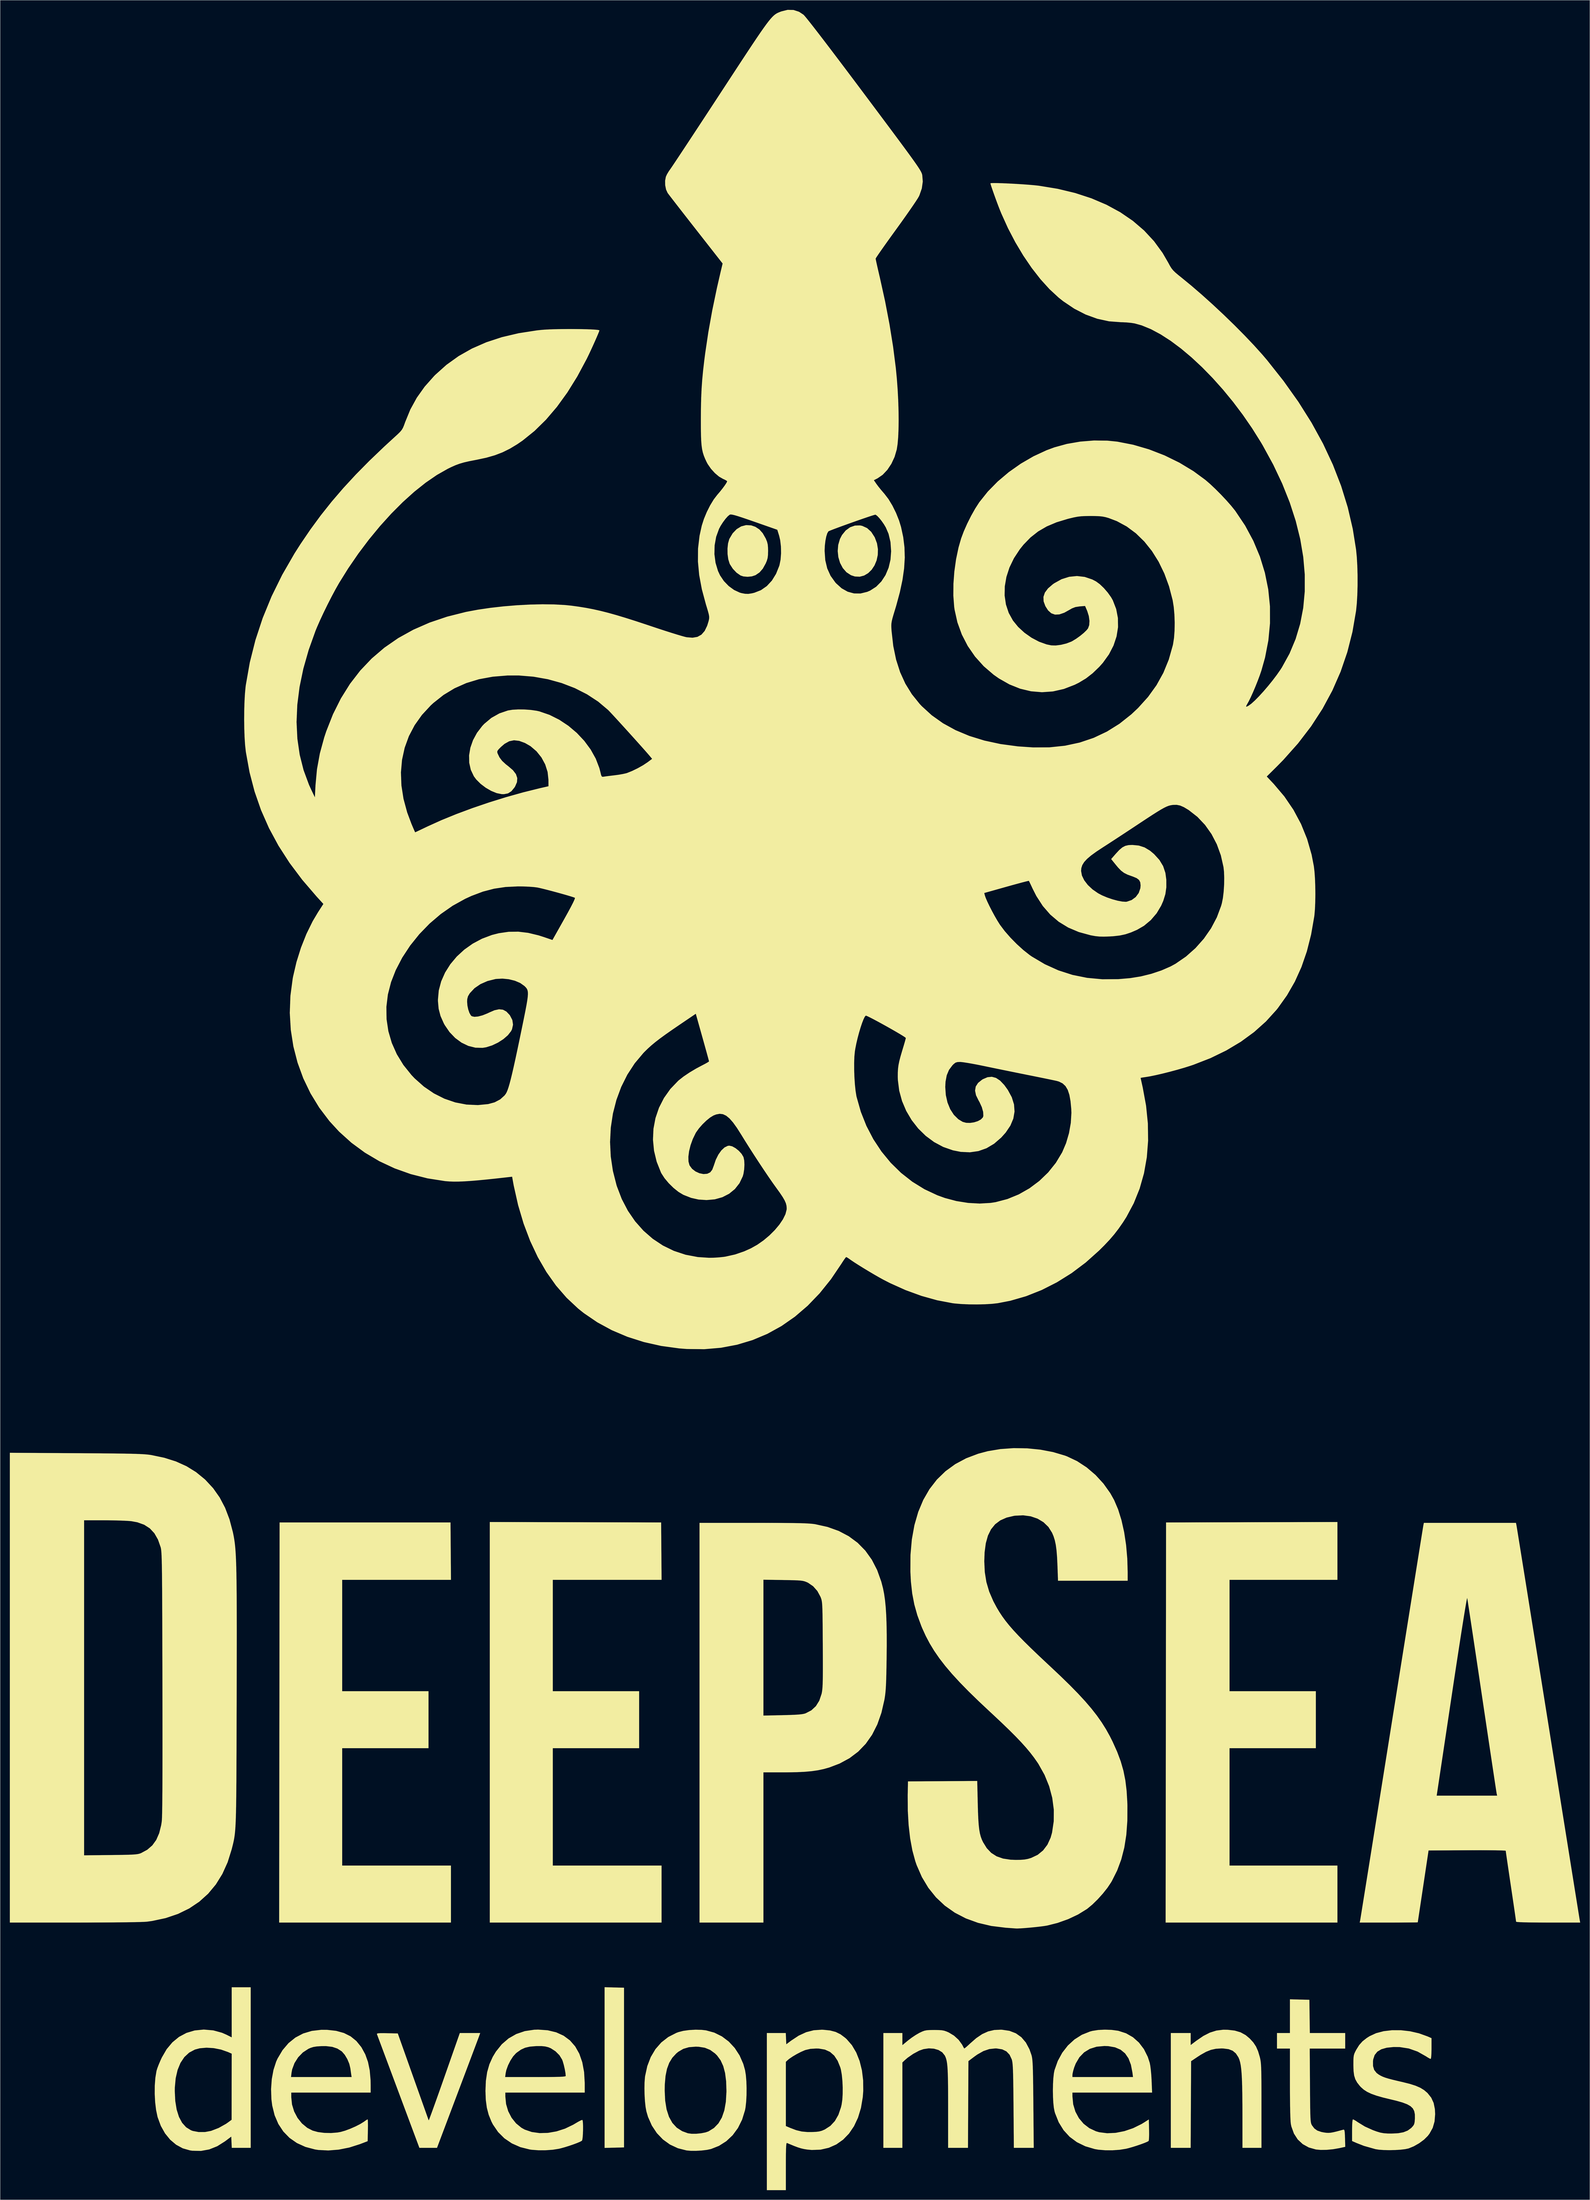
<source format=kicad_pcb>
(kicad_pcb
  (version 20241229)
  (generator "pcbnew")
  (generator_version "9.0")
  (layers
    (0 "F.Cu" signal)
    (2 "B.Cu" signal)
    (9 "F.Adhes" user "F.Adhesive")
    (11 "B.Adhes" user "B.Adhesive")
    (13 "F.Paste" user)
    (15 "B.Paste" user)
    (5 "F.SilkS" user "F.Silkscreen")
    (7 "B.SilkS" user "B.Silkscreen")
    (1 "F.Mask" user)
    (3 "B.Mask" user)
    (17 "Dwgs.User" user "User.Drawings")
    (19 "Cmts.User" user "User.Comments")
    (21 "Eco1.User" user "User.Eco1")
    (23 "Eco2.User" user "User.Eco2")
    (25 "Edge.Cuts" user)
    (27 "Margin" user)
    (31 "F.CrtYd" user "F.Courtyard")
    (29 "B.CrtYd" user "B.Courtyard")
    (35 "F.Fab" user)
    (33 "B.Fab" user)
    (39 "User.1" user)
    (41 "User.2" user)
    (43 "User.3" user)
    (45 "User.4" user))
  (footprint "logo"
    (layer "F.Cu")
    (at 243.043 337.642)
    (property "Reference" "logo" (at 0 0 0) (layer "F.SilkS") (effects (font (size 1.524 1.524) (thickness 0.3))))
    (attr through_hole)
    (fp_poly (pts (xy -55.813 274.913) (xy -52.805 274.988) (xy -52.805 324.452) (xy -55.813 324.527) (xy -58.821 324.603) (xy -58.821 274.837) (xy -55.813 274.913)) (stroke (width 0.01) (type solid)) (fill yes) (layer "F.SilkS"))
    (fp_poly (pts (xy 168.175 148.657) (xy 134.754 148.657) (xy 134.754 183.147) (xy 161.491 183.147) (xy 161.491 200.794) (xy 134.754 200.794) (xy 134.754 237.156) (xy 168.175 237.156) (xy 168.175 254.802) (xy 114.967 254.802) (xy 115.102 130.877) (xy 141.638 130.809) (xy 168.175 130.741) (xy 168.175 148.657)) (stroke (width 0.01) (type solid)) (fill yes) (layer "F.SilkS"))
    (fp_poly (pts (xy -106.476 139.767) (xy -106.405 148.657) (xy -140.101 148.657) (xy -140.101 183.147) (xy -113.364 183.147) (xy -113.364 200.794) (xy -140.101 200.794) (xy -140.101 237.156) (xy -106.413 237.156) (xy -106.413 254.802) (xy -159.62 254.802) (xy -159.553 192.839) (xy -159.485 130.877) (xy -106.546 130.877) (xy -106.476 139.767)) (stroke (width 0.01) (type solid)) (fill yes) (layer "F.SilkS"))
    (fp_poly (pts (xy -67.845 130.809) (xy -41.308 130.877) (xy -41.238 139.767) (xy -41.168 148.657) (xy -74.863 148.657) (xy -74.863 183.147) (xy -48.126 183.147) (xy -48.126 200.794) (xy -74.863 200.794) (xy -74.863 237.156) (xy -41.175 237.156) (xy -41.175 254.802) (xy -94.381 254.802) (xy -94.381 130.741) (xy -67.845 130.809)) (stroke (width 0.01) (type solid)) (fill yes) (layer "F.SilkS"))
    (fp_poly (pts (xy 20.985 -177.801) (xy 22.485 -177.117) (xy 23.757 -175.964) (xy 24.816 -174.328) (xy 24.883 -174.195) (xy 25.555 -172.391) (xy 25.847 -170.569) (xy 25.792 -168.786) (xy 25.428 -167.099) (xy 24.789 -165.563) (xy 23.911 -164.236) (xy 22.829 -163.172) (xy 21.58 -162.429) (xy 20.198 -162.063) (xy 18.72 -162.129) (xy 17.51 -162.524) (xy 16.103 -163.443) (xy 14.967 -164.742) (xy 14.123 -166.33) (xy 13.592 -168.115) (xy 13.393 -170.005) (xy 13.549 -171.908) (xy 14.078 -173.733) (xy 14.715 -174.965) (xy 15.868 -176.38) (xy 17.23 -177.369) (xy 18.73 -177.9) (xy 20.3 -177.942) (xy 20.985 -177.801)) (stroke (width 0.01) (type solid)) (fill yes) (layer "F.SilkS"))
    (fp_poly (pts (xy -13.404 -177.955) (xy -12.122 -177.512) (xy -10.884 -176.703) (xy -9.845 -175.54) (xy -8.929 -173.936) (xy -8.86 -173.789) (xy -8.496 -172.891) (xy -8.287 -172.025) (xy -8.195 -170.981) (xy -8.18 -170.046) (xy -8.211 -168.778) (xy -8.33 -167.824) (xy -8.58 -166.968) (xy -8.918 -166.169) (xy -9.807 -164.564) (xy -10.829 -163.39) (xy -12.073 -162.543) (xy -12.088 -162.536) (xy -13.212 -162.166) (xy -14.533 -162.036) (xy -15.818 -162.15) (xy -16.711 -162.444) (xy -17.95 -163.313) (xy -19.098 -164.527) (xy -19.986 -165.901) (xy -20.1 -166.141) (xy -20.508 -167.462) (xy -20.725 -169.065) (xy -20.749 -170.762) (xy -20.579 -172.362) (xy -20.213 -173.677) (xy -20.158 -173.803) (xy -19.151 -175.497) (xy -17.915 -176.785) (xy -16.507 -177.642) (xy -14.984 -178.041) (xy -13.404 -177.955)) (stroke (width 0.01) (type solid)) (fill yes) (layer "F.SilkS"))
    (fp_poly (pts (xy 134.193 288.02) (xy 136.37 288.275) (xy 138.183 288.81) (xy 139.752 289.672) (xy 141.015 290.73) (xy 142.123 291.943) (xy 142.953 293.199) (xy 143.597 294.663) (xy 144.128 296.442) (xy 144.247 296.941) (xy 144.347 297.458) (xy 144.429 298.043) (xy 144.494 298.748) (xy 144.545 299.625) (xy 144.583 300.725) (xy 144.611 302.1) (xy 144.629 303.801) (xy 144.64 305.88) (xy 144.645 308.388) (xy 144.646 311.377) (xy 144.646 311.527) (xy 144.646 324.585) (xy 138.764 324.585) (xy 138.758 314.626) (xy 138.749 311.148) (xy 138.722 308.161) (xy 138.676 305.62) (xy 138.607 303.481) (xy 138.513 301.7) (xy 138.389 300.233) (xy 138.233 299.035) (xy 138.042 298.062) (xy 137.813 297.271) (xy 137.542 296.616) (xy 137.498 296.527) (xy 136.718 295.333) (xy 135.74 294.512) (xy 134.48 294.019) (xy 132.849 293.81) (xy 132.176 293.796) (xy 130.529 293.895) (xy 129.014 294.225) (xy 127.488 294.835) (xy 125.813 295.775) (xy 124.959 296.328) (xy 122.856 297.733) (xy 122.717 324.585) (xy 116.573 324.585) (xy 116.573 289.025) (xy 122.722 289.025) (xy 122.722 292.747) (xy 124.485 291.413) (xy 126.651 289.931) (xy 128.685 288.893) (xy 130.69 288.264) (xy 132.769 288.006) (xy 134.193 288.02)) (stroke (width 0.01) (type solid)) (fill yes) (layer "F.SilkS"))
    (fp_poly (pts (xy 156.477 278.656) (xy 159.485 278.732) (xy 159.558 283.878) (xy 159.63 289.025) (xy 170.581 289.025) (xy 170.581 293.838) (xy 159.597 293.838) (xy 159.675 305.268) (xy 159.695 308.047) (xy 159.715 310.343) (xy 159.738 312.207) (xy 159.766 313.688) (xy 159.802 314.84) (xy 159.849 315.712) (xy 159.908 316.356) (xy 159.983 316.822) (xy 160.076 317.163) (xy 160.189 317.429) (xy 160.287 317.606) (xy 161.019 318.58) (xy 161.94 319.24) (xy 163.186 319.668) (xy 163.921 319.813) (xy 164.672 319.92) (xy 165.348 319.957) (xy 166.061 319.909) (xy 166.92 319.759) (xy 168.037 319.492) (xy 169.523 319.093) (xy 170.046 318.948) (xy 170.233 318.978) (xy 170.361 319.246) (xy 170.444 319.837) (xy 170.5 320.834) (xy 170.523 321.554) (xy 170.599 324.271) (xy 168.785 324.67) (xy 166.841 325.009) (xy 164.855 325.199) (xy 163.01 325.229) (xy 161.523 325.094) (xy 159.313 324.471) (xy 157.425 323.427) (xy 155.883 321.987) (xy 154.709 320.172) (xy 153.925 318.007) (xy 153.762 317.25) (xy 153.684 316.538) (xy 153.616 315.33) (xy 153.56 313.665) (xy 153.517 311.584) (xy 153.487 309.123) (xy 153.472 306.324) (xy 153.469 304.751) (xy 153.469 293.838) (xy 149.459 293.838) (xy 149.459 289.025) (xy 153.469 289.025) (xy 153.469 278.58) (xy 156.477 278.656)) (stroke (width 0.01) (type solid)) (fill yes) (layer "F.SilkS"))
    (fp_poly (pts (xy -97.708 290.028) (xy -97.865 290.453) (xy -98.194 291.332) (xy -98.677 292.619) (xy -99.297 294.266) (xy -100.035 296.227) (xy -100.875 298.456) (xy -101.798 300.906) (xy -102.788 303.531) (xy -103.827 306.284) (xy -103.873 306.404) (xy -104.919 309.176) (xy -105.922 311.833) (xy -106.863 314.328) (xy -107.724 316.611) (xy -108.488 318.635) (xy -109.136 320.351) (xy -109.649 321.713) (xy -110.01 322.671) (xy -110.201 323.177) (xy -110.202 323.182) (xy -110.729 324.585) (xy -116.184 324.585) (xy -122.699 307.139) (xy -123.788 304.222) (xy -124.824 301.448) (xy -125.791 298.859) (xy -126.674 296.495) (xy -127.457 294.397) (xy -128.125 292.608) (xy -128.663 291.169) (xy -129.055 290.12) (xy -129.285 289.503) (xy -129.342 289.351) (xy -129.287 289.205) (xy -128.948 289.113) (xy -128.256 289.069) (xy -127.142 289.066) (xy -126.174 289.084) (xy -122.879 289.159) (xy -118.128 302.527) (xy -117.221 305.078) (xy -116.369 307.476) (xy -115.587 309.674) (xy -114.893 311.627) (xy -114.303 313.285) (xy -113.835 314.603) (xy -113.504 315.532) (xy -113.328 316.026) (xy -113.303 316.094) (xy -113.204 315.887) (xy -112.945 315.221) (xy -112.542 314.14) (xy -112.013 312.689) (xy -111.372 310.913) (xy -110.637 308.859) (xy -109.824 306.57) (xy -108.949 304.092) (xy -108.445 302.659) (xy -103.66 289.025) (xy -97.346 289.025) (xy -97.708 290.028)) (stroke (width 0.01) (type solid)) (fill yes) (layer "F.SilkS"))
    (fp_poly (pts (xy -168.442 324.585) (xy -174.3 324.585) (xy -174.458 321.105) (xy -176.381 322.553) (xy -178.792 324.076) (xy -181.28 325.07) (xy -183.851 325.538) (xy -186.511 325.48) (xy -187.234 325.377) (xy -189.475 324.736) (xy -191.536 323.618) (xy -193.381 322.061) (xy -194.973 320.104) (xy -196.274 317.785) (xy -197.247 315.143) (xy -197.303 314.945) (xy -197.743 312.85) (xy -198.032 310.43) (xy -198.168 307.849) (xy -198.16 306.995) (xy -191.961 306.995) (xy -191.808 310.073) (xy -191.373 312.748) (xy -190.663 315.005) (xy -189.684 316.833) (xy -188.441 318.217) (xy -186.941 319.147) (xy -186.356 319.362) (xy -184.558 319.698) (xy -182.598 319.691) (xy -180.723 319.342) (xy -180.723 319.342) (xy -178.353 318.426) (xy -176.091 317.156) (xy -175.485 316.734) (xy -174.345 315.896) (xy -174.335 305.654) (xy -174.324 295.412) (xy -175.477 294.902) (xy -177.621 294.149) (xy -179.886 293.698) (xy -182.134 293.559) (xy -184.225 293.743) (xy -185.728 294.144) (xy -187.496 295.083) (xy -188.986 296.464) (xy -190.187 298.262) (xy -191.088 300.455) (xy -191.678 303.019) (xy -191.946 305.932) (xy -191.961 306.995) (xy -198.16 306.995) (xy -198.146 305.27) (xy -197.963 302.86) (xy -197.616 300.781) (xy -197.586 300.656) (xy -197.332 299.85) (xy -196.903 298.735) (xy -196.366 297.479) (xy -195.958 296.598) (xy -194.476 294.041) (xy -192.697 291.911) (xy -190.644 290.223) (xy -188.339 288.992) (xy -185.803 288.233) (xy -183.061 287.96) (xy -182.891 287.96) (xy -180.021 288.211) (xy -177.331 288.945) (xy -175.926 289.561) (xy -174.324 290.37) (xy -174.324 274.855) (xy -168.442 274.855) (xy -168.442 324.585)) (stroke (width 0.01) (type solid)) (fill yes) (layer "F.SilkS"))
    (fp_poly (pts (xy 8.929 288.019) (xy 11.014 288.234) (xy 12.744 288.686) (xy 14.268 289.433) (xy 15.734 290.536) (xy 16.159 290.921) (xy 17.79 292.797) (xy 19.133 295.073) (xy 20.172 297.692) (xy 20.89 300.592) (xy 21.27 303.715) (xy 21.296 307) (xy 21.149 308.896) (xy 20.589 312.226) (xy 19.676 315.228) (xy 18.435 317.88) (xy 16.887 320.161) (xy 15.056 322.049) (xy 12.964 323.523) (xy 10.635 324.561) (xy 8.091 325.142) (xy 5.355 325.245) (xy 3.931 325.111) (xy 2.961 324.955) (xy 2.044 324.744) (xy 1.059 324.438) (xy -0.117 323.998) (xy -1.603 323.383) (xy -2.339 323.068) (xy -2.442 323.131) (xy -2.522 323.45) (xy -2.583 324.071) (xy -2.627 325.043) (xy -2.655 326.412) (xy -2.67 328.225) (xy -2.674 330.305) (xy -2.674 337.686) (xy -8.556 337.686) (xy -8.556 297.942) (xy -2.674 297.942) (xy -2.674 317.835) (xy -1.348 318.405) (xy 0.528 319.118) (xy 2.246 319.533) (xy 4.054 319.698) (xy 5.356 319.696) (xy 6.683 319.634) (xy 7.659 319.513) (xy 8.468 319.296) (xy 9.294 318.945) (xy 9.41 318.889) (xy 11.119 317.783) (xy 12.512 316.283) (xy 13.604 314.368) (xy 14.407 312.019) (xy 14.606 311.171) (xy 14.825 309.662) (xy 14.934 307.832) (xy 14.94 305.834) (xy 14.846 303.821) (xy 14.66 301.947) (xy 14.386 300.364) (xy 14.202 299.679) (xy 13.362 297.608) (xy 12.31 296.014) (xy 11.012 294.872) (xy 9.435 294.153) (xy 7.545 293.833) (xy 6.761 293.81) (xy 4.936 293.923) (xy 3.421 294.271) (xy 3.167 294.361) (xy 1.987 294.873) (xy 0.681 295.55) (xy -0.577 296.293) (xy -1.615 297.002) (xy -2.072 297.379) (xy -2.674 297.942) (xy -8.556 297.942) (xy -8.556 289.025) (xy -2.698 289.025) (xy -2.54 292.515) (xy -1.07 291.409) (xy 1.301 289.842) (xy 3.624 288.77) (xy 5.973 288.164) (xy 8.427 288.001) (xy 8.929 288.019)) (stroke (width 0.01) (type solid)) (fill yes) (layer "F.SilkS"))
    (fp_poly (pts (xy -144.78 288.039) (xy -141.982 288.352) (xy -139.564 289.019) (xy -137.488 290.06) (xy -135.72 291.493) (xy -134.221 293.336) (xy -134.096 293.526) (xy -132.948 295.638) (xy -132.113 297.974) (xy -131.572 300.604) (xy -131.31 303.599) (xy -131.278 305.261) (xy -131.278 307.474) (xy -155.876 307.474) (xy -155.876 308.888) (xy -155.643 311.165) (xy -154.979 313.335) (xy -153.935 315.318) (xy -152.565 317.033) (xy -150.919 318.396) (xy -149.258 319.252) (xy -147.616 319.701) (xy -145.66 319.954) (xy -143.578 320.003) (xy -141.556 319.84) (xy -140.563 319.661) (xy -139.183 319.267) (xy -137.601 318.677) (xy -135.989 317.97) (xy -134.522 317.223) (xy -133.374 316.512) (xy -133.234 316.409) (xy -132.659 315.999) (xy -132.274 315.776) (xy -132.224 315.762) (xy -132.169 316.013) (xy -132.134 316.697) (xy -132.122 317.714) (xy -132.135 318.964) (xy -132.139 319.14) (xy -132.214 322.519) (xy -134.62 323.44) (xy -137.884 324.481) (xy -141.181 325.137) (xy -144.405 325.396) (xy -147.452 325.245) (xy -148.523 325.081) (xy -151.494 324.292) (xy -154.128 323.093) (xy -156.412 321.5) (xy -158.331 319.527) (xy -159.873 317.19) (xy -161.024 314.504) (xy -161.771 311.484) (xy -162.018 309.552) (xy -162.126 306.38) (xy -161.907 303.309) (xy -161.787 302.661) (xy -155.95 302.661) (xy -137.173 302.661) (xy -137.29 301.926) (xy -137.397 301.192) (xy -137.523 300.257) (xy -137.56 299.969) (xy -137.895 298.566) (xy -138.507 297.103) (xy -139.298 295.771) (xy -140.171 294.761) (xy -140.268 294.678) (xy -141.595 293.83) (xy -143.178 293.302) (xy -145.093 293.074) (xy -146.638 293.083) (xy -148.001 293.175) (xy -149.026 293.34) (xy -149.911 293.62) (xy -150.581 293.92) (xy -152.281 295.034) (xy -153.739 296.542) (xy -154.872 298.328) (xy -155.6 300.278) (xy -155.79 301.304) (xy -155.95 302.661) (xy -161.787 302.661) (xy -161.376 300.444) (xy -160.55 297.888) (xy -160.125 296.946) (xy -158.567 294.323) (xy -156.722 292.152) (xy -154.594 290.434) (xy -152.189 289.172) (xy -149.51 288.369) (xy -146.562 288.027) (xy -144.78 288.039)) (stroke (width 0.01) (type solid)) (fill yes) (layer "F.SilkS"))
    (fp_poly (pts (xy -28.765 288.044) (xy -27.388 288.204) (xy -24.828 288.909) (xy -22.467 290.082) (xy -20.348 291.68) (xy -18.512 293.66) (xy -17.002 295.977) (xy -15.861 298.589) (xy -15.315 300.522) (xy -15.066 302.072) (xy -14.907 303.987) (xy -14.838 306.106) (xy -14.859 308.271) (xy -14.97 310.322) (xy -15.17 312.099) (xy -15.331 312.955) (xy -16.228 315.854) (xy -17.511 318.437) (xy -19.151 320.671) (xy -21.119 322.525) (xy -23.389 323.967) (xy -25.842 324.939) (xy -27.143 325.216) (xy -28.766 325.41) (xy -30.506 325.509) (xy -32.154 325.501) (xy -33.434 325.386) (xy -36.118 324.705) (xy -38.569 323.561) (xy -40.753 321.987) (xy -42.636 320.017) (xy -44.183 317.683) (xy -45.36 315.019) (xy -45.866 313.311) (xy -46.121 311.92) (xy -46.311 310.159) (xy -46.43 308.192) (xy -46.46 306.805) (xy -40.209 306.805) (xy -40.06 309.967) (xy -39.619 312.688) (xy -38.879 314.982) (xy -37.834 316.861) (xy -36.477 318.337) (xy -34.8 319.423) (xy -33.02 320.076) (xy -31.867 320.234) (xy -30.424 320.228) (xy -28.905 320.077) (xy -27.523 319.802) (xy -26.631 319.491) (xy -24.935 318.437) (xy -23.557 317.01) (xy -22.488 315.195) (xy -21.723 312.975) (xy -21.254 310.334) (xy -21.073 307.256) (xy -21.071 306.939) (xy -21.168 303.954) (xy -21.493 301.413) (xy -22.06 299.268) (xy -22.882 297.472) (xy -23.976 295.979) (xy -24.619 295.34) (xy -26.115 294.254) (xy -27.775 293.577) (xy -29.711 293.271) (xy -30.614 293.244) (xy -32.689 293.407) (xy -34.444 293.923) (xy -35.993 294.832) (xy -36.618 295.349) (xy -37.848 296.682) (xy -38.8 298.247) (xy -39.492 300.103) (xy -39.944 302.306) (xy -40.172 304.914) (xy -40.209 306.805) (xy -46.46 306.805) (xy -46.474 306.18) (xy -46.435 304.285) (xy -46.308 302.671) (xy -46.269 302.378) (xy -45.588 299.255) (xy -44.516 296.462) (xy -43.067 294.02) (xy -41.256 291.948) (xy -39.097 290.265) (xy -36.605 288.99) (xy -35.94 288.74) (xy -34.448 288.358) (xy -32.626 288.107) (xy -30.668 287.998) (xy -28.765 288.044)) (stroke (width 0.01) (type solid)) (fill yes) (layer "F.SilkS"))
    (fp_poly (pts (xy 98.254 288.059) (xy 100.187 288.318) (xy 100.338 288.349) (xy 102.713 289.116) (xy 104.844 290.339) (xy 106.696 291.984) (xy 108.235 294.014) (xy 109.425 296.393) (xy 110.033 298.249) (xy 110.203 299.126) (xy 110.365 300.381) (xy 110.504 301.858) (xy 110.602 303.402) (xy 110.613 303.664) (xy 110.769 307.474) (xy 86.093 307.474) (xy 86.093 308.664) (xy 86.329 311.117) (xy 87.013 313.382) (xy 88.101 315.404) (xy 89.554 317.129) (xy 91.331 318.501) (xy 93.391 319.466) (xy 94.412 319.757) (xy 96.849 320.067) (xy 99.474 319.946) (xy 102.189 319.416) (xy 104.899 318.497) (xy 107.504 317.211) (xy 108.284 316.735) (xy 109.755 315.794) (xy 109.83 319.031) (xy 109.843 320.298) (xy 109.822 321.365) (xy 109.773 322.121) (xy 109.698 322.456) (xy 109.696 322.458) (xy 109.251 322.71) (xy 108.409 323.065) (xy 107.293 323.479) (xy 106.021 323.913) (xy 104.713 324.324) (xy 103.491 324.672) (xy 102.687 324.869) (xy 100.716 325.183) (xy 98.498 325.338) (xy 96.24 325.33) (xy 94.153 325.159) (xy 93.044 324.972) (xy 90.081 324.097) (xy 87.473 322.825) (xy 85.228 321.161) (xy 83.352 319.111) (xy 81.849 316.679) (xy 80.727 313.872) (xy 80.567 313.333) (xy 80.338 312.158) (xy 80.174 310.588) (xy 80.077 308.755) (xy 80.045 306.796) (xy 80.081 304.843) (xy 80.183 303.032) (xy 80.299 301.984) (xy 86.093 301.984) (xy 86.093 302.661) (xy 104.859 302.661) (xy 104.682 301.257) (xy 104.213 298.839) (xy 103.459 296.866) (xy 102.402 295.322) (xy 101.023 294.189) (xy 99.303 293.449) (xy 97.223 293.083) (xy 95.991 293.036) (xy 93.591 293.256) (xy 91.499 293.912) (xy 89.718 295.002) (xy 88.255 296.522) (xy 87.116 298.466) (xy 86.645 299.667) (xy 86.353 300.639) (xy 86.152 301.503) (xy 86.093 301.984) (xy 80.299 301.984) (xy 80.352 301.498) (xy 80.546 300.522) (xy 81.554 297.683) (xy 82.948 295.124) (xy 84.686 292.889) (xy 86.727 291.02) (xy 89.03 289.562) (xy 91.552 288.556) (xy 92.27 288.367) (xy 94.067 288.084) (xy 96.138 287.981) (xy 98.254 288.059)) (stroke (width 0.01) (type solid)) (fill yes) (layer "F.SilkS"))
    (fp_poly (pts (xy 64.278 288.007) (xy 66.583 288.349) (xy 68.579 289.119) (xy 70.272 290.324) (xy 71.67 291.97) (xy 72.782 294.064) (xy 73.41 295.858) (xy 73.516 296.275) (xy 73.606 296.77) (xy 73.682 297.391) (xy 73.746 298.185) (xy 73.8 299.2) (xy 73.844 300.484) (xy 73.882 302.086) (xy 73.915 304.053) (xy 73.945 306.432) (xy 73.974 309.273) (xy 73.99 311.016) (xy 74.107 324.585) (xy 67.956 324.585) (xy 67.847 311.551) (xy 67.82 308.499) (xy 67.792 305.935) (xy 67.761 303.809) (xy 67.725 302.075) (xy 67.683 300.685) (xy 67.633 299.591) (xy 67.573 298.746) (xy 67.501 298.101) (xy 67.415 297.608) (xy 67.313 297.221) (xy 67.297 297.169) (xy 66.621 295.732) (xy 65.651 294.71) (xy 64.349 294.076) (xy 62.677 293.806) (xy 62.163 293.793) (xy 60.343 293.987) (xy 58.528 294.604) (xy 56.637 295.675) (xy 55.746 296.309) (xy 53.875 297.717) (xy 53.805 311.151) (xy 53.736 324.585) (xy 47.592 324.585) (xy 47.592 312.189) (xy 47.588 309.009) (xy 47.576 306.315) (xy 47.552 304.06) (xy 47.512 302.194) (xy 47.455 300.669) (xy 47.376 299.437) (xy 47.273 298.449) (xy 47.143 297.658) (xy 46.983 297.014) (xy 46.789 296.47) (xy 46.562 295.985) (xy 45.767 294.994) (xy 44.606 294.28) (xy 43.182 293.865) (xy 41.599 293.766) (xy 39.96 294.006) (xy 38.641 294.469) (xy 36.783 295.467) (xy 35.053 296.667) (xy 34.156 297.439) (xy 33.421 298.137) (xy 33.421 324.585) (xy 27.539 324.585) (xy 27.539 289.025) (xy 33.421 289.025) (xy 33.421 292.78) (xy 35.226 291.289) (xy 36.325 290.455) (xy 37.548 289.638) (xy 38.652 289) (xy 38.763 288.944) (xy 39.589 288.555) (xy 40.278 288.306) (xy 40.992 288.166) (xy 41.896 288.104) (xy 43.153 288.09) (xy 43.308 288.089) (xy 44.637 288.104) (xy 45.598 288.166) (xy 46.357 288.305) (xy 47.08 288.549) (xy 47.791 288.861) (xy 49.413 289.839) (xy 50.836 291.133) (xy 51.903 292.596) (xy 52.014 292.805) (xy 52.336 293.416) (xy 52.549 293.785) (xy 52.571 293.815) (xy 52.793 293.693) (xy 53.304 293.274) (xy 54.009 292.637) (xy 54.342 292.322) (xy 56.3 290.61) (xy 58.151 289.358) (xy 59.983 288.53) (xy 61.881 288.087) (xy 63.932 287.993) (xy 64.278 288.007)) (stroke (width 0.01) (type solid)) (fill yes) (layer "F.SilkS"))
    (fp_poly (pts (xy -76.446 288.177) (xy -73.812 288.811) (xy -71.51 289.859) (xy -69.547 291.316) (xy -67.926 293.176) (xy -66.653 295.434) (xy -65.733 298.083) (xy -65.171 301.119) (xy -64.971 304.534) (xy -64.971 304.701) (xy -64.971 307.474) (xy -89.568 307.474) (xy -89.568 308.664) (xy -89.338 311.023) (xy -88.676 313.253) (xy -87.63 315.275) (xy -86.245 317.011) (xy -84.567 318.381) (xy -83.555 318.941) (xy -81.368 319.689) (xy -78.94 320.023) (xy -76.357 319.953) (xy -73.705 319.489) (xy -71.068 318.641) (xy -68.532 317.42) (xy -67.971 317.086) (xy -67.041 316.538) (xy -66.28 316.137) (xy -65.802 315.941) (xy -65.706 315.937) (xy -65.594 316.264) (xy -65.523 316.993) (xy -65.493 317.989) (xy -65.499 319.122) (xy -65.539 320.26) (xy -65.611 321.269) (xy -65.711 322.019) (xy -65.837 322.376) (xy -65.839 322.377) (xy -66.382 322.68) (xy -67.316 323.078) (xy -68.518 323.528) (xy -69.863 323.986) (xy -71.226 324.409) (xy -72.484 324.753) (xy -72.975 324.869) (xy -74.88 325.171) (xy -77.07 325.328) (xy -79.312 325.334) (xy -81.376 325.183) (xy -82.019 325.09) (xy -84.926 324.361) (xy -87.548 323.201) (xy -89.855 321.633) (xy -91.816 319.678) (xy -93.401 317.359) (xy -93.874 316.438) (xy -94.719 314.346) (xy -95.29 312.16) (xy -95.614 309.745) (xy -95.718 306.969) (xy -95.718 306.939) (xy -95.591 303.848) (xy -95.416 302.661) (xy -89.629 302.661) (xy -80.241 302.661) (xy -77.643 302.657) (xy -75.537 302.644) (xy -73.881 302.621) (xy -72.632 302.586) (xy -71.749 302.537) (xy -71.188 302.473) (xy -70.907 302.393) (xy -70.855 302.327) (xy -70.939 301.405) (xy -71.153 300.196) (xy -71.448 298.917) (xy -71.776 297.784) (xy -71.973 297.254) (xy -72.81 295.895) (xy -74.024 294.68) (xy -75.459 293.749) (xy -76.247 293.421) (xy -77.199 293.182) (xy -78.313 293.068) (xy -79.753 293.066) (xy -80.169 293.081) (xy -81.979 293.235) (xy -83.436 293.573) (xy -84.71 294.154) (xy -85.968 295.042) (xy -86.306 295.324) (xy -87.163 296.273) (xy -88.003 297.57) (xy -88.733 299.037) (xy -89.259 300.492) (xy -89.454 301.391) (xy -89.629 302.661) (xy -95.416 302.661) (xy -95.191 301.131) (xy -94.492 298.686) (xy -93.466 296.414) (xy -92.472 294.769) (xy -90.663 292.513) (xy -88.559 290.699) (xy -86.176 289.337) (xy -83.533 288.435) (xy -80.645 288.004) (xy -79.408 287.964) (xy -76.446 288.177)) (stroke (width 0.01) (type solid)) (fill yes) (layer "F.SilkS"))
    (fp_poly (pts (xy -12.767 131.012) (xy -9.204 131.014) (xy -6.132 131.021) (xy -3.509 131.033) (xy -1.29 131.053) (xy 0.568 131.079) (xy 2.108 131.114) (xy 3.373 131.159) (xy 4.408 131.213) (xy 5.254 131.279) (xy 5.957 131.357) (xy 6.409 131.423) (xy 10.238 132.271) (xy 13.705 133.513) (xy 16.81 135.149) (xy 19.553 137.178) (xy 21.933 139.599) (xy 23.949 142.412) (xy 25.6 145.616) (xy 26.886 149.211) (xy 27.424 151.293) (xy 27.761 153.003) (xy 28.036 154.915) (xy 28.252 157.078) (xy 28.411 159.538) (xy 28.516 162.345) (xy 28.569 165.546) (xy 28.573 169.189) (xy 28.536 172.854) (xy 28.494 175.566) (xy 28.449 177.813) (xy 28.398 179.664) (xy 28.338 181.187) (xy 28.263 182.453) (xy 28.171 183.53) (xy 28.058 184.488) (xy 27.921 185.396) (xy 27.847 185.821) (xy 26.925 189.829) (xy 25.658 193.43) (xy 24.041 196.63) (xy 22.07 199.436) (xy 19.739 201.854) (xy 17.043 203.891) (xy 13.977 205.551) (xy 10.801 206.761) (xy 9.069 207.249) (xy 7.271 207.631) (xy 5.319 207.915) (xy 3.125 208.111) (xy 0.601 208.229) (xy -2.34 208.277) (xy -3.31 208.28) (xy -9.625 208.28) (xy -9.625 254.802) (xy -29.411 254.802) (xy -29.411 190.698) (xy -9.625 190.698) (xy -3.676 190.569) (xy -1.561 190.514) (xy 0.092 190.45) (xy 1.355 190.369) (xy 2.298 190.267) (xy 2.995 190.137) (xy 3.457 189.997) (xy 5.226 189.078) (xy 6.632 187.776) (xy 7.686 186.078) (xy 8.394 183.976) (xy 8.426 183.837) (xy 8.525 183.328) (xy 8.606 182.738) (xy 8.672 182.017) (xy 8.722 181.115) (xy 8.759 179.983) (xy 8.782 178.571) (xy 8.794 176.83) (xy 8.796 174.709) (xy 8.788 172.159) (xy 8.772 169.131) (xy 8.769 168.7) (xy 8.75 165.702) (xy 8.732 163.19) (xy 8.713 161.114) (xy 8.689 159.425) (xy 8.66 158.075) (xy 8.621 157.013) (xy 8.572 156.191) (xy 8.509 155.56) (xy 8.431 155.07) (xy 8.335 154.673) (xy 8.217 154.319) (xy 8.077 153.959) (xy 8.051 153.892) (xy 7.082 152.105) (xy 5.772 150.628) (xy 4.206 149.554) (xy 3.938 149.426) (xy 3.454 149.222) (xy 2.976 149.066) (xy 2.421 148.949) (xy 1.71 148.865) (xy 0.761 148.805) (xy -0.508 148.762) (xy -2.176 148.727) (xy -3.543 148.705) (xy -9.625 148.613) (xy -9.625 190.698) (xy -29.411 190.698) (xy -29.411 131.011) (xy -12.767 131.012)) (stroke (width 0.01) (type solid)) (fill yes) (layer "F.SilkS"))
    (fp_poly (pts (xy 187.86 288.161) (xy 190.666 288.483) (xy 193.433 289.119) (xy 196.048 290.059) (xy 197.318 290.61) (xy 197.318 293.828) (xy 197.298 295.139) (xy 197.243 296.17) (xy 197.159 296.835) (xy 197.064 297.046) (xy 196.715 296.907) (xy 196.092 296.549) (xy 195.613 296.238) (xy 193.005 294.766) (xy 190.303 293.814) (xy 187.466 293.371) (xy 185.568 293.35) (xy 183.444 293.569) (xy 181.774 294.047) (xy 180.535 294.798) (xy 179.705 295.837) (xy 179.26 297.181) (xy 179.192 297.727) (xy 179.206 299.267) (xy 179.564 300.46) (xy 180.305 301.399) (xy 180.945 301.876) (xy 181.555 302.236) (xy 182.211 302.551) (xy 182.996 302.848) (xy 183.995 303.154) (xy 185.291 303.496) (xy 186.968 303.899) (xy 188.41 304.232) (xy 190.632 304.788) (xy 192.411 305.358) (xy 193.841 305.982) (xy 195.013 306.701) (xy 196.02 307.555) (xy 196.093 307.628) (xy 197.228 309.045) (xy 197.975 310.672) (xy 198.365 312.595) (xy 198.441 314.158) (xy 198.259 316.425) (xy 197.689 318.401) (xy 196.692 320.196) (xy 196.153 320.903) (xy 194.996 322.048) (xy 193.498 323.153) (xy 191.843 324.098) (xy 190.238 324.756) (xy 189.168 324.987) (xy 187.715 325.157) (xy 186.026 325.262) (xy 184.25 325.299) (xy 182.535 325.265) (xy 181.029 325.157) (xy 179.969 324.991) (xy 176.392 323.978) (xy 174.124 323.091) (xy 172.72 322.476) (xy 172.72 319.119) (xy 172.74 317.672) (xy 172.799 316.592) (xy 172.89 315.938) (xy 172.987 315.762) (xy 173.335 315.907) (xy 173.958 316.282) (xy 174.524 316.667) (xy 176.674 317.986) (xy 179.164 319.108) (xy 180.34 319.535) (xy 181.461 319.87) (xy 182.544 320.066) (xy 183.799 320.154) (xy 184.885 320.167) (xy 186.963 320.068) (xy 188.619 319.768) (xy 189.937 319.243) (xy 191.002 318.466) (xy 191.184 318.286) (xy 191.667 317.744) (xy 191.95 317.243) (xy 192.097 316.601) (xy 192.17 315.638) (xy 192.18 315.418) (xy 192.166 314.202) (xy 191.968 313.201) (xy 191.537 312.374) (xy 190.82 311.681) (xy 189.765 311.081) (xy 188.32 310.534) (xy 186.434 309.999) (xy 184.718 309.586) (xy 182.267 308.99) (xy 180.275 308.42) (xy 178.67 307.846) (xy 177.38 307.235) (xy 176.331 306.557) (xy 175.453 305.78) (xy 175.124 305.425) (xy 174.296 304.375) (xy 173.722 303.343) (xy 173.363 302.195) (xy 173.177 300.796) (xy 173.121 299.011) (xy 173.121 298.918) (xy 173.128 297.576) (xy 173.168 296.625) (xy 173.267 295.922) (xy 173.452 295.325) (xy 173.751 294.69) (xy 174.009 294.206) (xy 174.909 292.762) (xy 175.935 291.605) (xy 177.241 290.577) (xy 178.14 290.006) (xy 180.156 289.073) (xy 182.511 288.455) (xy 185.111 288.151) (xy 187.86 288.161)) (stroke (width 0.01) (type solid)) (fill yes) (layer "F.SilkS"))
    (fp_poly (pts (xy -222.517 109.425) (xy -218.607 109.45) (xy -215.191 109.475) (xy -212.232 109.501) (xy -209.689 109.529) (xy -207.523 109.56) (xy -205.694 109.595) (xy -204.164 109.635) (xy -202.893 109.681) (xy -201.841 109.734) (xy -200.969 109.794) (xy -200.238 109.864) (xy -199.608 109.943) (xy -199.237 110) (xy -195.209 110.841) (xy -191.586 111.989) (xy -188.321 113.464) (xy -185.369 115.29) (xy -182.682 117.486) (xy -182.459 117.696) (xy -180.071 120.275) (xy -178.048 123.142) (xy -176.37 126.338) (xy -175.014 129.903) (xy -173.963 133.878) (xy -173.804 134.638) (xy -173.658 135.404) (xy -173.525 136.192) (xy -173.404 137.03) (xy -173.296 137.943) (xy -173.2 138.96) (xy -173.115 140.105) (xy -173.04 141.408) (xy -172.975 142.893) (xy -172.92 144.589) (xy -172.874 146.521) (xy -172.836 148.717) (xy -172.806 151.204) (xy -172.783 154.008) (xy -172.768 157.156) (xy -172.758 160.675) (xy -172.754 164.592) (xy -172.756 168.933) (xy -172.762 173.726) (xy -172.773 178.997) (xy -172.786 184.774) (xy -172.788 185.42) (xy -172.802 190.886) (xy -172.815 195.845) (xy -172.829 200.326) (xy -172.843 204.356) (xy -172.859 207.965) (xy -172.877 211.18) (xy -172.9 214.029) (xy -172.927 216.54) (xy -172.959 218.743) (xy -172.999 220.664) (xy -173.045 222.333) (xy -173.1 223.777) (xy -173.164 225.024) (xy -173.239 226.103) (xy -173.324 227.042) (xy -173.422 227.869) (xy -173.533 228.612) (xy -173.658 229.299) (xy -173.797 229.959) (xy -173.953 230.62) (xy -174.125 231.31) (xy -174.315 232.057) (xy -174.335 232.135) (xy -175.587 236.131) (xy -177.221 239.753) (xy -179.233 242.999) (xy -181.617 245.864) (xy -184.368 248.342) (xy -187.481 250.43) (xy -190.951 252.124) (xy -194.772 253.418) (xy -198.939 254.308) (xy -200.519 254.528) (xy -201.224 254.58) (xy -202.43 254.627) (xy -204.104 254.669) (xy -206.21 254.707) (xy -208.717 254.739) (xy -211.589 254.764) (xy -214.794 254.784) (xy -218.297 254.797) (xy -222.064 254.802) (xy -222.911 254.802) (xy -243.038 254.802) (xy -243.038 130.208) (xy -220.044 130.208) (xy -220.044 233.982) (xy -211.823 233.894) (xy -209.469 233.866) (xy -207.585 233.836) (xy -206.108 233.799) (xy -204.973 233.75) (xy -204.117 233.687) (xy -203.474 233.605) (xy -202.982 233.5) (xy -202.575 233.368) (xy -202.398 233.297) (xy -200.477 232.259) (xy -198.916 230.908) (xy -197.691 229.208) (xy -196.779 227.123) (xy -196.158 224.62) (xy -195.987 223.51) (xy -195.943 222.965) (xy -195.903 222.04) (xy -195.869 220.721) (xy -195.839 218.996) (xy -195.813 216.852) (xy -195.793 214.278) (xy -195.777 211.26) (xy -195.765 207.787) (xy -195.758 203.846) (xy -195.756 199.424) (xy -195.757 194.51) (xy -195.763 189.09) (xy -195.773 183.153) (xy -195.778 180.741) (xy -195.79 175.27) (xy -195.802 170.308) (xy -195.814 165.828) (xy -195.827 161.806) (xy -195.84 158.214) (xy -195.854 155.028) (xy -195.87 152.221) (xy -195.888 149.767) (xy -195.907 147.64) (xy -195.929 145.815) (xy -195.954 144.265) (xy -195.982 142.965) (xy -196.014 141.888) (xy -196.049 141.009) (xy -196.088 140.302) (xy -196.132 139.741) (xy -196.18 139.299) (xy -196.234 138.952) (xy -196.293 138.673) (xy -196.322 138.559) (xy -197.164 136.164) (xy -198.277 134.221) (xy -199.69 132.701) (xy -201.435 131.578) (xy -203.541 130.825) (xy -205.383 130.486) (xy -206.311 130.404) (xy -207.659 130.332) (xy -209.315 130.273) (xy -211.164 130.231) (xy -213.092 130.21) (xy -213.821 130.208) (xy -220.044 130.208) (xy -243.038 130.208) (xy -243.038 109.302) (xy -222.517 109.425)) (stroke (width 0.01) (type solid)) (fill yes) (layer "F.SilkS"))
    (fp_poly (pts (xy 223.63 131.746) (xy 223.686 132.075) (xy 223.823 132.909) (xy 224.036 134.223) (xy 224.321 135.993) (xy 224.676 138.197) (xy 225.097 140.81) (xy 225.578 143.808) (xy 226.118 147.168) (xy 226.711 150.866) (xy 227.354 154.878) (xy 228.043 159.18) (xy 228.774 163.749) (xy 229.545 168.56) (xy 230.349 173.591) (xy 231.185 178.817) (xy 232.048 184.214) (xy 232.934 189.759) (xy 233.416 192.773) (xy 234.313 198.389) (xy 235.19 203.871) (xy 236.041 209.195) (xy 236.863 214.337) (xy 237.652 219.275) (xy 238.405 223.982) (xy 239.118 228.437) (xy 239.787 232.615) (xy 240.407 236.492) (xy 240.976 240.044) (xy 241.489 243.248) (xy 241.943 246.079) (xy 242.334 248.514) (xy 242.657 250.53) (xy 242.91 252.101) (xy 243.088 253.204) (xy 243.187 253.816) (xy 243.207 253.933) (xy 243.365 254.802) (xy 233.442 254.802) (xy 230.571 254.795) (xy 228.172 254.774) (xy 226.257 254.739) (xy 224.838 254.69) (xy 223.927 254.628) (xy 223.535 254.554) (xy 223.52 254.534) (xy 223.482 254.219) (xy 223.372 253.433) (xy 223.2 252.233) (xy 222.974 250.676) (xy 222.701 248.821) (xy 222.391 246.723) (xy 222.052 244.441) (xy 221.916 243.528) (xy 221.568 241.193) (xy 221.246 239.021) (xy 220.958 237.071) (xy 220.713 235.399) (xy 220.519 234.062) (xy 220.384 233.118) (xy 220.317 232.623) (xy 220.312 232.564) (xy 220.053 232.519) (xy 219.314 232.48) (xy 218.146 232.447) (xy 216.605 232.422) (xy 214.743 232.405) (xy 212.614 232.397) (xy 210.271 232.399) (xy 208.358 232.407) (xy 196.405 232.477) (xy 194.739 243.573) (xy 194.383 245.94) (xy 194.053 248.138) (xy 193.756 250.112) (xy 193.5 251.805) (xy 193.295 253.164) (xy 193.149 254.133) (xy 193.069 254.657) (xy 193.056 254.735) (xy 192.795 254.751) (xy 192.061 254.766) (xy 190.917 254.778) (xy 189.423 254.789) (xy 187.642 254.797) (xy 185.636 254.801) (xy 184.062 254.802) (xy 175.084 254.802) (xy 175.232 254.067) (xy 175.287 253.738) (xy 175.423 252.904) (xy 175.635 251.59) (xy 175.92 249.819) (xy 176.274 247.615) (xy 176.693 245.002) (xy 177.174 242.003) (xy 177.712 238.642) (xy 178.304 234.943) (xy 178.946 230.93) (xy 179.634 226.626) (xy 180.364 222.056) (xy 181.133 217.242) (xy 181.412 215.499) (xy 198.916 215.499) (xy 217.648 215.499) (xy 217.512 214.897) (xy 217.456 214.558) (xy 217.326 213.724) (xy 217.127 212.429) (xy 216.866 210.709) (xy 216.547 208.597) (xy 216.175 206.128) (xy 215.756 203.335) (xy 215.294 200.255) (xy 214.795 196.919) (xy 214.264 193.364) (xy 213.705 189.624) (xy 213.126 185.732) (xy 212.96 184.618) (xy 212.374 180.688) (xy 211.809 176.899) (xy 211.268 173.285) (xy 210.758 169.88) (xy 210.283 166.72) (xy 209.848 163.837) (xy 209.46 161.268) (xy 209.122 159.045) (xy 208.84 157.205) (xy 208.62 155.78) (xy 208.467 154.806) (xy 208.385 154.317) (xy 208.376 154.272) (xy 208.313 154.435) (xy 208.178 155.101) (xy 207.973 156.242) (xy 207.703 157.833) (xy 207.373 159.846) (xy 206.986 162.256) (xy 206.547 165.034) (xy 206.061 168.155) (xy 205.53 171.592) (xy 204.96 175.319) (xy 204.355 179.308) (xy 203.719 183.534) (xy 203.717 183.548) (xy 203.124 187.503) (xy 202.551 191.323) (xy 202.003 194.972) (xy 201.486 198.417) (xy 201.005 201.622) (xy 200.565 204.552) (xy 200.172 207.174) (xy 199.83 209.451) (xy 199.544 211.35) (xy 199.321 212.835) (xy 199.165 213.873) (xy 199.081 214.427) (xy 199.071 214.496) (xy 198.916 215.499) (xy 181.412 215.499) (xy 181.937 212.209) (xy 182.772 206.98) (xy 183.634 201.58) (xy 184.519 196.031) (xy 185.018 192.906) (xy 185.914 187.286) (xy 186.79 181.801) (xy 187.64 176.474) (xy 188.462 171.33) (xy 189.25 166.392) (xy 190.003 161.683) (xy 190.715 157.229) (xy 191.383 153.052) (xy 192.003 149.177) (xy 192.571 145.626) (xy 193.084 142.424) (xy 193.538 139.594) (xy 193.929 137.161) (xy 194.252 135.147) (xy 194.505 133.578) (xy 194.684 132.475) (xy 194.785 131.864) (xy 194.805 131.746) (xy 194.954 131.011) (xy 223.478 131.011) (xy 223.63 131.746)) (stroke (width 0.01) (type solid)) (fill yes) (layer "F.SilkS"))
    (fp_poly (pts (xy 72.049 107.921) (xy 76.158 108.332) (xy 80.097 109.082) (xy 83.751 110.164) (xy 84.418 110.412) (xy 87.537 111.889) (xy 90.505 113.831) (xy 93.253 116.174) (xy 95.714 118.857) (xy 97.82 121.814) (xy 99.008 123.939) (xy 100.246 126.843) (xy 101.285 130.18) (xy 102.113 133.884) (xy 102.717 137.886) (xy 103.085 142.119) (xy 103.204 146.317) (xy 103.204 148.924) (xy 81.632 148.924) (xy 81.454 144.045) (xy 81.336 141.558) (xy 81.171 139.514) (xy 80.944 137.823) (xy 80.639 136.394) (xy 80.243 135.137) (xy 79.791 134.072) (xy 78.654 132.268) (xy 77.137 130.801) (xy 75.293 129.696) (xy 73.176 128.974) (xy 70.837 128.661) (xy 68.332 128.779) (xy 67.992 128.828) (xy 65.694 129.368) (xy 63.75 130.23) (xy 62.149 131.435) (xy 60.876 133.005) (xy 59.917 134.959) (xy 59.258 137.32) (xy 58.887 140.109) (xy 58.786 142.908) (xy 58.943 146.257) (xy 59.437 149.339) (xy 60.307 152.296) (xy 61.591 155.268) (xy 62.637 157.225) (xy 63.46 158.603) (xy 64.352 159.956) (xy 65.349 161.322) (xy 66.488 162.743) (xy 67.805 164.257) (xy 69.337 165.907) (xy 71.121 167.731) (xy 73.193 169.77) (xy 75.589 172.065) (xy 78.346 174.655) (xy 79.141 175.395) (xy 82.415 178.48) (xy 85.298 181.291) (xy 87.828 183.873) (xy 90.043 186.272) (xy 91.979 188.533) (xy 93.676 190.702) (xy 95.17 192.824) (xy 96.5 194.945) (xy 97.703 197.11) (xy 98.543 198.788) (xy 99.945 201.909) (xy 101.048 204.857) (xy 101.884 207.763) (xy 102.483 210.758) (xy 102.874 213.973) (xy 103.089 217.538) (xy 103.12 218.574) (xy 103.099 223.298) (xy 102.783 227.62) (xy 102.159 231.589) (xy 101.219 235.254) (xy 99.952 238.665) (xy 98.346 241.872) (xy 98.056 242.372) (xy 96.933 244.048) (xy 95.512 245.839) (xy 93.923 247.602) (xy 92.294 249.196) (xy 90.756 250.479) (xy 90.516 250.652) (xy 87.831 252.306) (xy 84.776 253.747) (xy 81.494 254.917) (xy 78.317 255.718) (xy 77.385 255.873) (xy 76.115 256.04) (xy 74.635 256.207) (xy 73.072 256.362) (xy 71.551 256.494) (xy 70.2 256.59) (xy 69.146 256.638) (xy 68.58 256.633) (xy 68.092 256.598) (xy 67.216 256.534) (xy 66.096 256.453) (xy 65.372 256.4) (xy 60.959 255.856) (xy 56.863 254.894) (xy 53.094 253.521) (xy 49.66 251.742) (xy 46.571 249.565) (xy 43.836 246.997) (xy 41.464 244.043) (xy 39.464 240.712) (xy 37.844 237.009) (xy 37.428 235.807) (xy 36.527 232.497) (xy 35.835 228.745) (xy 35.358 224.603) (xy 35.102 220.123) (xy 35.073 215.357) (xy 35.078 215.098) (xy 35.159 211.087) (xy 45.88 211.018) (xy 56.601 210.948) (xy 56.766 217.969) (xy 56.84 220.595) (xy 56.933 222.757) (xy 57.056 224.528) (xy 57.218 225.978) (xy 57.429 227.179) (xy 57.699 228.202) (xy 58.037 229.119) (xy 58.399 229.895) (xy 59.558 231.77) (xy 60.944 233.228) (xy 62.605 234.292) (xy 64.585 234.989) (xy 66.933 235.343) (xy 68.58 235.402) (xy 70.104 235.376) (xy 71.277 235.282) (xy 72.278 235.098) (xy 73.288 234.799) (xy 73.329 234.785) (xy 75.332 233.834) (xy 77.009 232.464) (xy 78.35 230.689) (xy 79.342 228.523) (xy 79.788 226.945) (xy 80.31 223.42) (xy 80.326 219.814) (xy 79.849 216.182) (xy 78.89 212.581) (xy 77.46 209.066) (xy 75.571 205.693) (xy 75.25 205.205) (xy 74.197 203.703) (xy 73.035 202.189) (xy 71.723 200.618) (xy 70.219 198.945) (xy 68.481 197.126) (xy 66.467 195.116) (xy 64.135 192.871) (xy 61.444 190.345) (xy 60.559 189.525) (xy 57.048 186.23) (xy 53.939 183.202) (xy 51.2 180.402) (xy 48.797 177.785) (xy 46.697 175.312) (xy 44.866 172.941) (xy 43.271 170.629) (xy 41.879 168.335) (xy 40.657 166.019) (xy 39.571 163.637) (xy 39.306 163) (xy 38.062 159.626) (xy 37.127 156.3) (xy 36.47 152.879) (xy 36.065 149.218) (xy 35.903 146.076) (xy 35.937 140.929) (xy 36.356 136.133) (xy 37.156 131.694) (xy 38.335 127.616) (xy 39.89 123.904) (xy 41.817 120.563) (xy 44.114 117.597) (xy 46.778 115.012) (xy 49.805 112.811) (xy 53.192 111) (xy 56.937 109.583) (xy 59.891 108.801) (xy 63.798 108.148) (xy 67.89 107.857) (xy 72.049 107.921)) (stroke (width 0.01) (type solid)) (fill yes) (layer "F.SilkS"))
    (fp_poly (pts (xy -0.309 -337.6) (xy 1.402 -337.043) (xy 2.784 -336.139) (xy 3.142 -335.76) (xy 3.804 -334.967) (xy 4.759 -333.774) (xy 5.994 -332.199) (xy 7.497 -330.257) (xy 9.255 -327.965) (xy 11.257 -325.338) (xy 13.489 -322.392) (xy 15.941 -319.144) (xy 18.599 -315.609) (xy 21.451 -311.804) (xy 21.62 -311.577) (xy 24.383 -307.884) (xy 26.842 -304.593) (xy 29.017 -301.68) (xy 30.925 -299.119) (xy 32.583 -296.886) (xy 34.01 -294.954) (xy 35.224 -293.301) (xy 36.242 -291.899) (xy 37.083 -290.724) (xy 37.764 -289.751) (xy 38.303 -288.955) (xy 38.719 -288.31) (xy 39.029 -287.793) (xy 39.251 -287.377) (xy 39.404 -287.037) (xy 39.504 -286.749) (xy 39.57 -286.487) (xy 39.576 -286.457) (xy 39.736 -284.454) (xy 39.439 -282.331) (xy 38.703 -280.211) (xy 38.513 -279.813) (xy 38.176 -279.238) (xy 37.562 -278.289) (xy 36.71 -277.025) (xy 35.66 -275.502) (xy 34.452 -273.779) (xy 33.126 -271.913) (xy 31.721 -269.962) (xy 31.418 -269.544) (xy 30.044 -267.645) (xy 28.773 -265.874) (xy 27.64 -264.28) (xy 26.677 -262.911) (xy 25.919 -261.814) (xy 25.399 -261.037) (xy 25.15 -260.628) (xy 25.133 -260.582) (xy 25.192 -260.24) (xy 25.357 -259.459) (xy 25.61 -258.318) (xy 25.933 -256.899) (xy 26.308 -255.283) (xy 26.454 -254.663) (xy 28.057 -247.403) (xy 29.426 -240.244) (xy 30.542 -233.302) (xy 31.385 -226.69) (xy 31.395 -226.595) (xy 31.706 -223.363) (xy 31.949 -220.069) (xy 32.123 -216.786) (xy 32.227 -213.589) (xy 32.261 -210.55) (xy 32.223 -207.745) (xy 32.114 -205.247) (xy 31.931 -203.13) (xy 31.675 -201.468) (xy 31.672 -201.455) (xy 31.002 -199.165) (xy 30.013 -197.038) (xy 28.764 -195.163) (xy 27.318 -193.634) (xy 25.735 -192.54) (xy 25.698 -192.521) (xy 24.584 -191.953) (xy 25.411 -190.751) (xy 25.989 -189.975) (xy 26.781 -188.992) (xy 27.639 -187.985) (xy 27.845 -187.752) (xy 29.105 -186.111) (xy 30.332 -184.083) (xy 31.452 -181.817) (xy 32.394 -179.458) (xy 33.007 -177.451) (xy 33.68 -174.309) (xy 34.065 -171.171) (xy 34.159 -167.968) (xy 33.957 -164.631) (xy 33.452 -161.091) (xy 32.641 -157.279) (xy 31.519 -153.125) (xy 31.147 -151.891) (xy 30.677 -150.344) (xy 30.345 -149.188) (xy 30.133 -148.301) (xy 30.02 -147.562) (xy 29.988 -146.85) (xy 30.016 -146.045) (xy 30.073 -145.211) (xy 30.594 -140.601) (xy 31.471 -136.371) (xy 32.715 -132.492) (xy 34.338 -128.934) (xy 36.351 -125.668) (xy 38.768 -122.664) (xy 39.428 -121.96) (xy 42.514 -119.14) (xy 46.006 -116.661) (xy 49.893 -114.527) (xy 54.165 -112.739) (xy 58.811 -111.304) (xy 63.822 -110.224) (xy 69.186 -109.503) (xy 73.945 -109.179) (xy 78.99 -109.207) (xy 83.788 -109.709) (xy 88.347 -110.687) (xy 92.674 -112.144) (xy 96.775 -114.083) (xy 100.658 -116.505) (xy 104.328 -119.414) (xy 106.417 -121.381) (xy 109.522 -124.82) (xy 112.132 -128.446) (xy 114.266 -132.292) (xy 115.943 -136.391) (xy 117.181 -140.776) (xy 117.271 -141.185) (xy 117.567 -143.09) (xy 117.735 -145.353) (xy 117.775 -147.811) (xy 117.69 -150.303) (xy 117.481 -152.668) (xy 117.15 -154.745) (xy 117.137 -154.806) (xy 116.024 -159.072) (xy 114.567 -163.048) (xy 112.791 -166.707) (xy 110.715 -170.022) (xy 108.362 -172.964) (xy 105.753 -175.505) (xy 102.91 -177.618) (xy 99.854 -179.275) (xy 97.322 -180.238) (xy 96.368 -180.51) (xy 95.464 -180.691) (xy 94.461 -180.8) (xy 93.211 -180.852) (xy 91.707 -180.864) (xy 90.101 -180.848) (xy 88.831 -180.787) (xy 87.697 -180.655) (xy 86.502 -180.426) (xy 85.046 -180.076) (xy 84.622 -179.968) (xy 81.168 -178.919) (xy 78.145 -177.641) (xy 75.48 -176.088) (xy 73.1 -174.215) (xy 70.934 -171.976) (xy 69.793 -170.551) (xy 67.972 -167.782) (xy 66.586 -164.913) (xy 65.64 -161.995) (xy 65.139 -159.08) (xy 65.088 -156.219) (xy 65.491 -153.461) (xy 66.353 -150.859) (xy 67.67 -148.477) (xy 69.277 -146.502) (xy 71.233 -144.704) (xy 73.429 -143.154) (xy 75.755 -141.924) (xy 78.098 -141.085) (xy 79.562 -140.785) (xy 80.95 -140.755) (xy 82.58 -140.967) (xy 84.239 -141.376) (xy 85.718 -141.94) (xy 86.056 -142.112) (xy 87.27 -142.852) (xy 88.503 -143.737) (xy 89.626 -144.662) (xy 90.508 -145.522) (xy 90.934 -146.063) (xy 91.298 -147.073) (xy 91.375 -148.391) (xy 91.17 -149.881) (xy 90.693 -151.406) (xy 90.627 -151.564) (xy 90.009 -153) (xy 88.323 -152.865) (xy 87.017 -152.665) (xy 85.933 -152.246) (xy 85.359 -151.909) (xy 83.574 -150.913) (xy 82.029 -150.384) (xy 80.695 -150.325) (xy 79.544 -150.74) (xy 78.549 -151.634) (xy 77.718 -152.935) (xy 77.172 -154.417) (xy 77.116 -155.809) (xy 77.562 -157.135) (xy 78.519 -158.424) (xy 79.998 -159.7) (xy 80.458 -160.025) (xy 82.733 -161.284) (xy 85.097 -162.032) (xy 87.502 -162.269) (xy 89.901 -161.991) (xy 92.245 -161.198) (xy 93.391 -160.601) (xy 94.567 -159.741) (xy 95.826 -158.539) (xy 97.035 -157.142) (xy 98.064 -155.698) (xy 98.604 -154.744) (xy 99.647 -152.043) (xy 100.181 -149.249) (xy 100.215 -146.406) (xy 99.758 -143.556) (xy 98.82 -140.743) (xy 97.408 -138.01) (xy 95.532 -135.401) (xy 94.41 -134.143) (xy 92.36 -132.168) (xy 90.309 -130.573) (xy 88.086 -129.232) (xy 86.795 -128.59) (xy 83.439 -127.294) (xy 80.05 -126.527) (xy 76.649 -126.287) (xy 73.256 -126.572) (xy 69.892 -127.378) (xy 66.577 -128.705) (xy 63.332 -130.547) (xy 61.681 -131.707) (xy 58.616 -134.337) (xy 55.936 -137.317) (xy 53.668 -140.602) (xy 51.838 -144.149) (xy 50.472 -147.911) (xy 49.596 -151.844) (xy 49.469 -152.747) (xy 49.213 -156.144) (xy 49.235 -159.834) (xy 49.521 -163.662) (xy 50.055 -167.476) (xy 50.821 -171.12) (xy 51.626 -173.923) (xy 52.444 -176.107) (xy 53.502 -178.494) (xy 54.71 -180.905) (xy 55.978 -183.16) (xy 57.215 -185.081) (xy 57.257 -185.139) (xy 59.885 -188.431) (xy 62.957 -191.556) (xy 66.392 -194.457) (xy 70.109 -197.074) (xy 74.027 -199.349) (xy 78.066 -201.222) (xy 80.499 -202.123) (xy 84.385 -203.193) (xy 88.517 -203.905) (xy 92.739 -204.246) (xy 96.896 -204.202) (xy 99.996 -203.89) (xy 104.911 -202.932) (xy 109.818 -201.499) (xy 114.627 -199.632) (xy 119.246 -197.369) (xy 123.584 -194.75) (xy 127.267 -192.045) (xy 128.735 -190.779) (xy 130.385 -189.224) (xy 132.099 -187.503) (xy 133.76 -185.737) (xy 135.25 -184.047) (xy 136.452 -182.557) (xy 136.556 -182.418) (xy 139.587 -177.894) (xy 142.125 -173.176) (xy 144.168 -168.293) (xy 145.709 -163.27) (xy 146.746 -158.135) (xy 147.274 -152.915) (xy 147.287 -147.636) (xy 146.783 -142.325) (xy 145.756 -137.009) (xy 144.625 -132.988) (xy 144.107 -131.476) (xy 143.464 -129.765) (xy 142.751 -127.983) (xy 142.021 -126.26) (xy 141.328 -124.724) (xy 140.726 -123.506) (xy 140.488 -123.076) (xy 140.035 -122.266) (xy 139.881 -121.854) (xy 140.037 -121.789) (xy 140.51 -122.02) (xy 140.657 -122.105) (xy 141.532 -122.746) (xy 142.642 -123.753) (xy 143.919 -125.052) (xy 145.299 -126.565) (xy 146.716 -128.218) (xy 148.102 -129.934) (xy 149.393 -131.638) (xy 150.522 -133.254) (xy 150.977 -133.96) (xy 153.342 -138.249) (xy 155.231 -142.763) (xy 156.647 -147.486) (xy 157.59 -152.403) (xy 158.062 -157.497) (xy 158.064 -162.752) (xy 157.598 -168.153) (xy 156.666 -173.682) (xy 155.268 -179.324) (xy 153.407 -185.063) (xy 151.084 -190.883) (xy 148.301 -196.767) (xy 145.058 -202.7) (xy 144.448 -203.735) (xy 141.755 -208.029) (xy 138.884 -212.193) (xy 135.868 -216.196) (xy 132.739 -220.008) (xy 129.529 -223.596) (xy 126.272 -226.932) (xy 123 -229.984) (xy 119.745 -232.721) (xy 116.541 -235.113) (xy 113.419 -237.128) (xy 110.413 -238.737) (xy 107.555 -239.908) (xy 105.38 -240.514) (xy 104.258 -240.69) (xy 102.86 -240.823) (xy 101.446 -240.891) (xy 101.107 -240.894) (xy 97.436 -241.167) (xy 93.786 -241.963) (xy 90.185 -243.272) (xy 86.661 -245.084) (xy 83.24 -247.386) (xy 81.793 -248.537) (xy 78.986 -251.134) (xy 76.203 -254.206) (xy 73.486 -257.689) (xy 70.875 -261.525) (xy 68.41 -265.652) (xy 66.134 -270.008) (xy 64.086 -274.533) (xy 63.618 -275.677) (xy 63.196 -276.757) (xy 62.718 -278.025) (xy 62.221 -279.379) (xy 61.74 -280.719) (xy 61.311 -281.944) (xy 60.97 -282.953) (xy 60.753 -283.645) (xy 60.693 -283.906) (xy 60.946 -283.967) (xy 61.654 -283.991) (xy 62.738 -283.981) (xy 64.119 -283.943) (xy 65.718 -283.879) (xy 67.457 -283.794) (xy 69.257 -283.691) (xy 71.039 -283.575) (xy 72.725 -283.449) (xy 74.235 -283.318) (xy 75.492 -283.185) (xy 75.756 -283.152) (xy 81.526 -282.205) (xy 86.937 -280.905) (xy 91.981 -279.257) (xy 96.647 -277.266) (xy 100.928 -274.938) (xy 104.813 -272.279) (xy 108.295 -269.293) (xy 111.362 -265.987) (xy 114.008 -262.365) (xy 115.771 -259.328) (xy 116.302 -258.342) (xy 116.779 -257.581) (xy 117.306 -256.928) (xy 117.985 -256.265) (xy 118.92 -255.475) (xy 119.732 -254.824) (xy 122.887 -252.238) (xy 126.196 -249.386) (xy 129.581 -246.34) (xy 132.964 -243.177) (xy 136.268 -239.972) (xy 139.414 -236.799) (xy 142.326 -233.733) (xy 144.924 -230.85) (xy 146.361 -229.166) (xy 151.488 -222.691) (xy 156.087 -216.224) (xy 160.164 -209.752) (xy 163.724 -203.262) (xy 166.774 -196.741) (xy 169.321 -190.177) (xy 171.369 -183.556) (xy 172.925 -176.866) (xy 173.951 -170.447) (xy 174.182 -168.073) (xy 174.336 -165.347) (xy 174.414 -162.415) (xy 174.414 -159.422) (xy 174.337 -156.515) (xy 174.184 -153.84) (xy 173.954 -151.543) (xy 173.943 -151.464) (xy 172.827 -144.968) (xy 171.235 -138.698) (xy 169.162 -132.646) (xy 166.604 -126.802) (xy 163.556 -121.156) (xy 160.013 -115.7) (xy 155.97 -110.425) (xy 151.424 -105.32) (xy 149.499 -103.359) (xy 146.285 -100.173) (xy 148.474 -97.847) (xy 151.741 -93.99) (xy 154.554 -89.857) (xy 156.904 -85.465) (xy 158.78 -80.834) (xy 160.175 -75.982) (xy 160.875 -72.362) (xy 161.077 -70.647) (xy 161.222 -68.546) (xy 161.309 -66.202) (xy 161.338 -63.762) (xy 161.306 -61.37) (xy 161.214 -59.171) (xy 161.059 -57.309) (xy 160.997 -56.816) (xy 160.022 -51.214) (xy 158.702 -46.002) (xy 157.027 -41.15) (xy 154.983 -36.628) (xy 152.559 -32.406) (xy 149.743 -28.455) (xy 149.284 -27.882) (xy 146.046 -24.311) (xy 142.363 -21.018) (xy 138.257 -18.017) (xy 133.747 -15.322) (xy 128.854 -12.944) (xy 123.599 -10.898) (xy 122.722 -10.601) (xy 120.739 -9.976) (xy 118.548 -9.341) (xy 116.267 -8.726) (xy 114.016 -8.161) (xy 111.914 -7.676) (xy 110.079 -7.3) (xy 108.632 -7.064) (xy 108.618 -7.062) (xy 107.836 -6.951) (xy 107.327 -6.858) (xy 107.215 -6.819) (xy 107.27 -6.549) (xy 107.418 -5.866) (xy 107.637 -4.875) (xy 107.867 -3.846) (xy 108.903 1.791) (xy 109.458 7.283) (xy 109.534 12.613) (xy 109.133 17.766) (xy 108.258 22.724) (xy 106.911 27.471) (xy 105.094 31.992) (xy 102.811 36.269) (xy 101.728 37.966) (xy 100.393 39.881) (xy 99.063 41.611) (xy 97.624 43.29) (xy 95.964 45.05) (xy 94.338 46.668) (xy 90.211 50.36) (xy 85.848 53.64) (xy 81.291 56.485) (xy 76.58 58.875) (xy 71.755 60.79) (xy 66.857 62.206) (xy 62.946 62.963) (xy 61.104 63.167) (xy 58.895 63.294) (xy 56.48 63.346) (xy 54.019 63.321) (xy 51.674 63.221) (xy 49.607 63.044) (xy 48.954 62.961) (xy 44.214 62.061) (xy 39.345 60.703) (xy 34.436 58.916) (xy 29.574 56.731) (xy 27.539 55.686) (xy 26.216 54.957) (xy 24.676 54.073) (xy 23.026 53.098) (xy 21.372 52.096) (xy 19.82 51.133) (xy 18.476 50.273) (xy 17.447 49.58) (xy 17.126 49.349) (xy 16.519 48.925) (xy 16.095 48.683) (xy 16.018 48.661) (xy 15.804 48.873) (xy 15.387 49.442) (xy 14.84 50.265) (xy 14.544 50.733) (xy 11.292 55.547) (xy 7.802 59.887) (xy 4.082 63.751) (xy 0.137 67.136) (xy -4.027 70.038) (xy -8.405 72.455) (xy -12.989 74.383) (xy -17.776 75.82) (xy -22.758 76.762) (xy -27.93 77.206) (xy -33.286 77.15) (xy -35.694 76.967) (xy -41.29 76.2) (xy -46.653 74.996) (xy -51.757 73.368) (xy -56.575 71.324) (xy -61.081 68.877) (xy -65.248 66.035) (xy -67.025 64.614) (xy -70.591 61.274) (xy -73.867 57.496) (xy -76.844 53.295) (xy -79.514 48.687) (xy -81.87 43.687) (xy -83.903 38.312) (xy -85.606 32.576) (xy -86.971 26.496) (xy -87.281 24.791) (xy -87.456 23.781) (xy -88.713 23.924) (xy -92.278 24.323) (xy -95.367 24.649) (xy -98.03 24.906) (xy -100.32 25.096) (xy -102.29 25.224) (xy -103.99 25.291) (xy -105.474 25.303) (xy -106.794 25.261) (xy -108.002 25.168) (xy -108.284 25.139) (xy -113.668 24.294) (xy -118.868 22.975) (xy -123.854 21.198) (xy -128.597 18.977) (xy -133.066 16.328) (xy -137.233 13.266) (xy -137.493 13.032) (xy -57.13 13.032) (xy -56.916 17.517) (xy -56.25 21.992) (xy -55.124 26.409) (xy -55.021 26.735) (xy -53.503 30.703) (xy -51.606 34.335) (xy -49.358 37.611) (xy -46.783 40.512) (xy -43.908 43.017) (xy -40.758 45.107) (xy -37.36 46.76) (xy -33.74 47.958) (xy -29.923 48.68) (xy -26.438 48.904) (xy -24.936 48.874) (xy -23.329 48.771) (xy -21.879 48.616) (xy -21.358 48.536) (xy -18.377 47.868) (xy -15.587 46.911) (xy -13.5 45.974) (xy -11.503 44.851) (xy -9.565 43.492) (xy -7.746 41.96) (xy -6.102 40.321) (xy -4.69 38.638) (xy -3.569 36.976) (xy -2.796 35.4) (xy -2.429 33.973) (xy -2.406 33.574) (xy -2.464 32.797) (xy -2.663 32.009) (xy -3.046 31.13) (xy -3.652 30.081) (xy -4.523 28.781) (xy -5.661 27.201) (xy -6.726 25.716) (xy -8.004 23.869) (xy -9.432 21.754) (xy -10.949 19.468) (xy -12.491 17.107) (xy -13.996 14.764) (xy -15.399 12.537) (xy -16.452 10.828) (xy -17.819 8.672) (xy -19.031 6.982) (xy -20.13 5.73) (xy -21.159 4.884) (xy -22.16 4.416) (xy -23.176 4.295) (xy -24.251 4.492) (xy -25.084 4.813) (xy -26.119 5.44) (xy -27.302 6.399) (xy -28.505 7.567) (xy -29.601 8.817) (xy -30.463 10.024) (xy -30.62 10.291) (xy -31.506 12.118) (xy -32.19 14.013) (xy -32.653 15.874) (xy -32.875 17.6) (xy -32.838 19.091) (xy -32.523 20.244) (xy -32.495 20.301) (xy -31.724 21.341) (xy -30.667 22.16) (xy -29.449 22.716) (xy -28.192 22.97) (xy -27.02 22.879) (xy -26.107 22.441) (xy -25.476 21.639) (xy -24.996 20.369) (xy -24.375 18.541) (xy -23.58 16.947) (xy -22.663 15.654) (xy -21.675 14.727) (xy -20.668 14.234) (xy -20.178 14.171) (xy -19.278 14.385) (xy -18.254 14.954) (xy -17.244 15.766) (xy -16.386 16.709) (xy -15.816 17.671) (xy -15.793 17.731) (xy -15.574 18.737) (xy -15.508 20.06) (xy -15.587 21.506) (xy -15.803 22.88) (xy -16.024 23.675) (xy -17.04 25.798) (xy -18.459 27.601) (xy -20.237 29.053) (xy -22.328 30.126) (xy -24.686 30.79) (xy -27.244 31.015) (xy -29.712 30.854) (xy -32.006 30.339) (xy -34.346 29.42) (xy -34.471 29.361) (xy -35.929 28.486) (xy -37.466 27.254) (xy -38.948 25.799) (xy -40.243 24.253) (xy -41.217 22.751) (xy -41.366 22.459) (xy -42.684 19.141) (xy -43.502 15.748) (xy -43.83 12.331) (xy -43.678 8.939) (xy -43.054 5.623) (xy -41.97 2.431) (xy -40.434 -0.585) (xy -38.456 -3.377) (xy -36.046 -5.893) (xy -35.827 -6.088) (xy -34.365 -7.241) (xy -32.538 -8.475) (xy -30.49 -9.698) (xy -28.675 -10.664) (xy -27.712 -11.164) (xy -27.187 -11.459) (xy 18.477 -11.459) (xy 18.485 -9.278) (xy 18.563 -7.019) (xy 18.708 -4.827) (xy 18.913 -2.848) (xy 19.172 -1.225) (xy 19.235 -0.936) (xy 20.545 3.68) (xy 22.284 8.058) (xy 24.426 12.17) (xy 26.945 15.984) (xy 29.813 19.471) (xy 33.005 22.6) (xy 36.496 25.342) (xy 40.258 27.667) (xy 44.265 29.545) (xy 46.602 30.388) (xy 50.159 31.334) (xy 53.781 31.909) (xy 57.348 32.103) (xy 60.742 31.907) (xy 62.294 31.668) (xy 65.959 30.707) (xy 69.476 29.264) (xy 72.789 27.38) (xy 75.844 25.096) (xy 78.584 22.455) (xy 80.955 19.498) (xy 82.9 16.266) (xy 82.924 16.22) (xy 84.131 13.386) (xy 85.033 10.299) (xy 85.595 7.128) (xy 85.781 4.04) (xy 85.739 2.813) (xy 85.508 0.378) (xy 85.15 -1.582) (xy 84.639 -3.118) (xy 83.949 -4.28) (xy 83.055 -5.117) (xy 81.93 -5.68) (xy 81.252 -5.88) (xy 80.693 -6.004) (xy 79.687 -6.217) (xy 78.312 -6.502) (xy 76.644 -6.844) (xy 74.761 -7.226) (xy 72.74 -7.633) (xy 72.189 -7.743) (xy 69.818 -8.22) (xy 67.269 -8.737) (xy 64.687 -9.263) (xy 62.218 -9.769) (xy 60.007 -10.225) (xy 58.48 -10.543) (xy 56.695 -10.905) (xy 55.001 -11.224) (xy 53.498 -11.484) (xy 52.285 -11.667) (xy 51.461 -11.758) (xy 51.287 -11.764) (xy 50.437 -11.724) (xy 49.848 -11.534) (xy 49.286 -11.09) (xy 48.912 -10.709) (xy 47.86 -9.304) (xy 47.158 -7.637) (xy 46.782 -5.638) (xy 46.7 -4.011) (xy 46.871 -1.506) (xy 47.393 0.81) (xy 48.235 2.874) (xy 49.366 4.621) (xy 50.752 5.989) (xy 52.103 6.803) (xy 53.166 7.092) (xy 54.38 7.128) (xy 55.626 6.947) (xy 56.781 6.582) (xy 57.727 6.067) (xy 58.342 5.438) (xy 58.508 4.973) (xy 58.445 3.719) (xy 58.031 2.238) (xy 57.31 0.666) (xy 57.027 0.175) (xy 56.233 -1.442) (xy 55.938 -2.875) (xy 56.145 -4.141) (xy 56.859 -5.258) (xy 58.082 -6.245) (xy 58.382 -6.425) (xy 59.792 -7.03) (xy 61.129 -7.164) (xy 62.42 -6.814) (xy 63.694 -5.969) (xy 64.98 -4.615) (xy 66.083 -3.086) (xy 67.308 -0.827) (xy 67.999 1.404) (xy 68.158 3.61) (xy 67.783 5.793) (xy 66.875 7.955) (xy 65.432 10.098) (xy 64.038 11.657) (xy 61.827 13.567) (xy 59.479 14.962) (xy 56.982 15.846) (xy 54.327 16.221) (xy 51.505 16.09) (xy 49.089 15.613) (xy 46.073 14.563) (xy 43.248 13.051) (xy 40.652 11.128) (xy 38.323 8.847) (xy 36.3 6.257) (xy 34.62 3.411) (xy 33.322 0.359) (xy 32.445 -2.848) (xy 32.027 -6.158) (xy 31.996 -7.219) (xy 32.009 -8.529) (xy 32.076 -9.681) (xy 32.222 -10.799) (xy 32.467 -12.006) (xy 32.835 -13.425) (xy 33.347 -15.18) (xy 33.579 -15.946) (xy 33.939 -17.143) (xy 34.232 -18.157) (xy 34.426 -18.878) (xy 34.491 -19.186) (xy 34.267 -19.389) (xy 33.646 -19.801) (xy 32.702 -20.379) (xy 31.513 -21.081) (xy 30.151 -21.865) (xy 28.694 -22.688) (xy 27.215 -23.509) (xy 25.792 -24.286) (xy 24.497 -24.977) (xy 23.408 -25.539) (xy 22.6 -25.931) (xy 22.147 -26.11) (xy 22.085 -26.114) (xy 21.775 -25.765) (xy 21.385 -24.977) (xy 20.941 -23.838) (xy 20.47 -22.433) (xy 19.998 -20.848) (xy 19.551 -19.171) (xy 19.156 -17.486) (xy 18.838 -15.88) (xy 18.699 -15.009) (xy 18.547 -13.417) (xy 18.477 -11.459) (xy -27.187 -11.459) (xy -26.962 -11.585) (xy -26.532 -11.866) (xy -26.469 -11.936) (xy -26.539 -12.227) (xy -26.736 -12.965) (xy -27.041 -14.085) (xy -27.437 -15.519) (xy -27.905 -17.201) (xy -28.426 -19.065) (xy -28.519 -19.396) (xy -30.569 -26.691) (xy -35.538 -23.324) (xy -37.951 -21.674) (xy -39.974 -20.255) (xy -41.671 -19.018) (xy -43.104 -17.911) (xy -44.339 -16.885) (xy -45.44 -15.89) (xy -46.47 -14.877) (xy -46.822 -14.512) (xy -49.491 -11.334) (xy -51.778 -7.822) (xy -53.673 -4.024) (xy -55.165 0.009) (xy -56.245 4.229) (xy -56.904 8.586) (xy -57.13 13.032) (xy -137.493 13.032) (xy -141.067 9.808) (xy -144.057 6.551) (xy -147.21 2.389) (xy -149.911 -2.037) (xy -152.151 -6.693) (xy -153.92 -11.545) (xy -155.212 -16.559) (xy -156.017 -21.702) (xy -156.327 -26.94) (xy -156.258 -28.819) (xy -126.414 -28.819) (xy -126.36 -25.016) (xy -125.798 -21.28) (xy -124.735 -17.646) (xy -123.181 -14.147) (xy -121.143 -10.818) (xy -118.629 -7.693) (xy -117.649 -6.664) (xy -114.779 -4.115) (xy -111.698 -2.015) (xy -108.449 -0.378) (xy -105.071 0.779) (xy -101.605 1.445) (xy -98.093 1.604) (xy -94.886 1.295) (xy -92.88 0.75) (xy -91.164 -0.153) (xy -89.813 -1.37) (xy -89.422 -1.889) (xy -89.164 -2.349) (xy -88.889 -2.996) (xy -88.589 -3.864) (xy -88.257 -4.987) (xy -87.883 -6.399) (xy -87.46 -8.134) (xy -86.979 -10.227) (xy -86.431 -12.712) (xy -85.808 -15.623) (xy -85.102 -18.994) (xy -84.387 -22.459) (xy -83.828 -25.19) (xy -83.375 -27.451) (xy -83.025 -29.292) (xy -82.774 -30.767) (xy -82.621 -31.927) (xy -82.561 -32.825) (xy -82.593 -33.513) (xy -82.713 -34.044) (xy -82.918 -34.47) (xy -83.205 -34.842) (xy -83.572 -35.214) (xy -83.668 -35.306) (xy -84.951 -36.215) (xy -86.603 -36.919) (xy -88.489 -37.385) (xy -90.473 -37.581) (xy -92.419 -37.475) (xy -92.643 -37.441) (xy -95.087 -36.831) (xy -97.266 -35.875) (xy -99.107 -34.614) (xy -100.539 -33.087) (xy -100.625 -32.967) (xy -101.138 -32.099) (xy -101.367 -31.243) (xy -101.409 -30.414) (xy -101.313 -29.209) (xy -101.058 -28.006) (xy -100.69 -26.95) (xy -100.255 -26.186) (xy -99.95 -25.91) (xy -99.14 -25.733) (xy -97.994 -25.835) (xy -96.619 -26.196) (xy -95.121 -26.793) (xy -94.617 -27.037) (xy -92.927 -27.767) (xy -91.51 -28.072) (xy -90.302 -27.942) (xy -89.243 -27.37) (xy -88.269 -26.347) (xy -88.122 -26.147) (xy -87.395 -24.741) (xy -87.186 -23.303) (xy -87.497 -21.887) (xy -87.784 -21.312) (xy -88.774 -20.044) (xy -90.169 -18.835) (xy -91.839 -17.759) (xy -93.654 -16.894) (xy -95.483 -16.316) (xy -96.616 -16.131) (xy -98.84 -16.184) (xy -101.032 -16.735) (xy -103.135 -17.748) (xy -105.092 -19.185) (xy -106.844 -21.01) (xy -108.334 -23.186) (xy -108.626 -23.719) (xy -109.636 -25.99) (xy -110.221 -28.23) (xy -110.436 -30.649) (xy -110.439 -31.015) (xy -110.181 -33.903) (xy -109.429 -36.729) (xy -108.223 -39.45) (xy -106.603 -42.022) (xy -104.611 -44.399) (xy -102.286 -46.539) (xy -99.669 -48.396) (xy -96.799 -49.927) (xy -93.718 -51.088) (xy -91.578 -51.632) (xy -88.556 -52.07) (xy -85.563 -52.11) (xy -82.498 -51.743) (xy -79.261 -50.962) (xy -77.657 -50.45) (xy -74.969 -49.534) (xy -71.34 -55.982) (xy -70.17 -58.087) (xy -69.241 -59.811) (xy -68.563 -61.138) (xy -68.144 -62.051) (xy -67.992 -62.533) (xy -68.012 -62.604) (xy -68.441 -62.773) (xy -69.292 -63.045) (xy -70.469 -63.396) (xy -71.875 -63.798) (xy -72.943 -64.094) (xy 58.782 -64.094) (xy 58.951 -63.396) (xy 59.227 -62.586) (xy 59.725 -61.431) (xy 60.389 -60.044) (xy 61.161 -58.536) (xy 61.983 -57.018) (xy 62.799 -55.602) (xy 63.551 -54.399) (xy 63.674 -54.214) (xy 65.126 -52.283) (xy 66.902 -50.252) (xy 68.87 -48.251) (xy 70.897 -46.413) (xy 72.853 -44.868) (xy 73.512 -44.411) (xy 77.548 -42.023) (xy 81.737 -40.128) (xy 86.095 -38.723) (xy 90.64 -37.804) (xy 95.389 -37.367) (xy 100.36 -37.409) (xy 104.006 -37.723) (xy 107.284 -38.254) (xy 110.547 -39.061) (xy 113.656 -40.1) (xy 116.472 -41.327) (xy 118.043 -42.183) (xy 121.268 -44.404) (xy 124.205 -47.012) (xy 126.809 -49.946) (xy 129.033 -53.145) (xy 130.831 -56.549) (xy 132.156 -60.096) (xy 132.387 -60.921) (xy 132.708 -62.526) (xy 132.942 -64.485) (xy 133.081 -66.621) (xy 133.118 -68.758) (xy 133.046 -70.721) (xy 132.892 -72.116) (xy 132.07 -75.76) (xy 130.822 -79.185) (xy 129.176 -82.345) (xy 127.161 -85.192) (xy 124.805 -87.68) (xy 122.138 -89.763) (xy 122.016 -89.843) (xy 120.623 -90.68) (xy 119.462 -91.186) (xy 118.383 -91.405) (xy 117.239 -91.38) (xy 116.955 -91.345) (xy 116.416 -91.249) (xy 115.858 -91.093) (xy 115.232 -90.848) (xy 114.486 -90.484) (xy 113.572 -89.974) (xy 112.437 -89.288) (xy 111.031 -88.399) (xy 109.304 -87.276) (xy 107.206 -85.893) (xy 106.279 -85.278) (xy 104.334 -83.99) (xy 102.328 -82.668) (xy 100.361 -81.376) (xy 98.531 -80.181) (xy 96.939 -79.146) (xy 95.683 -78.337) (xy 95.584 -78.275) (xy 93.5 -76.901) (xy 91.858 -75.707) (xy 90.615 -74.648) (xy 89.727 -73.677) (xy 89.153 -72.749) (xy 88.85 -71.816) (xy 88.772 -70.93) (xy 89.03 -69.5) (xy 89.748 -68.02) (xy 90.865 -66.563) (xy 92.318 -65.201) (xy 94.047 -64.004) (xy 95.271 -63.358) (xy 96.84 -62.698) (xy 98.482 -62.136) (xy 100.073 -61.705) (xy 101.487 -61.437) (xy 102.599 -61.363) (xy 102.937 -61.396) (xy 104.446 -61.912) (xy 105.7 -62.836) (xy 106.622 -64.078) (xy 107.134 -65.546) (xy 107.215 -66.434) (xy 107.107 -67.411) (xy 106.727 -68.136) (xy 105.993 -68.698) (xy 104.82 -69.189) (xy 104.608 -69.26) (xy 103.177 -69.777) (xy 102.084 -70.325) (xy 101.158 -71.022) (xy 100.228 -71.987) (xy 99.605 -72.735) (xy 98.095 -74.604) (xy 99.492 -76.211) (xy 100.594 -77.4) (xy 101.541 -78.203) (xy 102.459 -78.688) (xy 103.476 -78.923) (xy 104.669 -78.975) (xy 106.667 -78.78) (xy 108.448 -78.202) (xy 110.132 -77.191) (xy 111.378 -76.142) (xy 113.028 -74.332) (xy 114.185 -72.417) (xy 114.89 -70.312) (xy 115.171 -68.204) (xy 115.178 -65.855) (xy 114.881 -63.749) (xy 114.236 -61.67) (xy 113.575 -60.158) (xy 112.174 -57.807) (xy 110.374 -55.705) (xy 108.267 -53.944) (xy 106.107 -52.69) (xy 104.227 -51.879) (xy 102.518 -51.309) (xy 100.783 -50.935) (xy 98.831 -50.71) (xy 97.456 -50.626) (xy 95.791 -50.575) (xy 94.446 -50.607) (xy 93.207 -50.735) (xy 91.865 -50.975) (xy 91.707 -51.007) (xy 88.071 -52.001) (xy 84.786 -53.394) (xy 81.84 -55.196) (xy 79.222 -57.417) (xy 76.92 -60.065) (xy 74.924 -63.149) (xy 73.768 -65.428) (xy 73.297 -66.44) (xy 72.91 -67.253) (xy 72.659 -67.755) (xy 72.598 -67.86) (xy 72.325 -67.816) (xy 71.607 -67.643) (xy 70.51 -67.359) (xy 69.102 -66.982) (xy 67.452 -66.53) (xy 65.642 -66.025) (xy 58.782 -64.094) (xy -72.943 -64.094) (xy -73.414 -64.225) (xy -74.989 -64.65) (xy -76.503 -65.048) (xy -77.862 -65.392) (xy -78.967 -65.655) (xy -79.676 -65.802) (xy -80.743 -65.938) (xy -82.183 -66.046) (xy -83.832 -66.116) (xy -85.529 -66.139) (xy -85.692 -66.139) (xy -89.495 -65.957) (xy -93.055 -65.43) (xy -96.514 -64.524) (xy -100.015 -63.206) (xy -102.001 -62.296) (xy -105.876 -60.151) (xy -109.569 -57.573) (xy -113.029 -54.619) (xy -116.204 -51.346) (xy -119.045 -47.811) (xy -121.501 -44.072) (xy -123.521 -40.184) (xy -124.962 -36.493) (xy -125.951 -32.656) (xy -126.414 -28.819) (xy -156.258 -28.819) (xy -156.133 -32.238) (xy -155.427 -37.563) (xy -155.313 -38.177) (xy -154.256 -42.71) (xy -152.864 -47.157) (xy -151.178 -51.406) (xy -149.242 -55.346) (xy -147.589 -58.128) (xy -145.924 -60.7) (xy -148.026 -63.004) (xy -152.476 -68.189) (xy -156.407 -73.427) (xy -159.834 -78.749) (xy -162.77 -84.184) (xy -165.232 -89.763) (xy -167.233 -95.517) (xy -168.789 -101.476) (xy -169.914 -107.67) (xy -169.963 -108.017) (xy -170.175 -109.971) (xy -170.328 -112.329) (xy -170.423 -114.965) (xy -170.46 -117.752) (xy -170.439 -120.563) (xy -170.36 -123.271) (xy -170.223 -125.75) (xy -170.029 -127.872) (xy -169.952 -128.471) (xy -168.711 -135.513) (xy -166.969 -142.436) (xy -164.72 -149.257) (xy -161.958 -155.99) (xy -158.677 -162.651) (xy -154.871 -169.256) (xy -153.007 -172.182) (xy -149.919 -176.718) (xy -146.718 -181.076) (xy -143.347 -185.316) (xy -139.751 -189.503) (xy -135.877 -193.698) (xy -131.668 -197.964) (xy -127.07 -202.363) (xy -123.888 -205.285) (xy -122.861 -206.225) (xy -122.144 -206.934) (xy -121.645 -207.538) (xy -121.278 -208.163) (xy -120.952 -208.936) (xy -120.591 -209.944) (xy -118.984 -213.863) (xy -116.984 -217.5) (xy -114.548 -220.927) (xy -111.63 -224.212) (xy -111.244 -224.6) (xy -107.796 -227.689) (xy -104.024 -230.393) (xy -99.916 -232.719) (xy -95.458 -234.671) (xy -90.638 -236.255) (xy -85.443 -237.477) (xy -79.86 -238.343) (xy -78.473 -238.497) (xy -77.271 -238.592) (xy -75.773 -238.667) (xy -74.052 -238.722) (xy -72.179 -238.757) (xy -70.228 -238.773) (xy -68.271 -238.771) (xy -66.381 -238.751) (xy -64.63 -238.714) (xy -63.091 -238.66) (xy -61.838 -238.59) (xy -60.942 -238.505) (xy -60.475 -238.404) (xy -60.425 -238.356) (xy -60.533 -238.007) (xy -60.828 -237.267) (xy -61.27 -236.227) (xy -61.819 -234.977) (xy -62.433 -233.61) (xy -63.072 -232.218) (xy -63.695 -230.89) (xy -64.262 -229.72) (xy -64.353 -229.536) (xy -67.267 -224.099) (xy -70.344 -219.143) (xy -73.58 -214.674) (xy -76.97 -210.698) (xy -80.506 -207.224) (xy -84.184 -204.257) (xy -85.882 -203.091) (xy -88.168 -201.713) (xy -90.429 -200.595) (xy -92.8 -199.686) (xy -95.419 -198.934) (xy -98.421 -198.289) (xy -98.728 -198.232) (xy -100.734 -197.842) (xy -102.355 -197.47) (xy -103.739 -197.067) (xy -105.032 -196.589) (xy -106.38 -195.988) (xy -107.407 -195.485) (xy -110.765 -193.578) (xy -114.229 -191.197) (xy -117.762 -188.383) (xy -121.325 -185.174) (xy -124.879 -181.612) (xy -128.386 -177.737) (xy -131.807 -173.589) (xy -135.105 -169.209) (xy -138.241 -164.637) (xy -141.034 -160.154) (xy -142.154 -158.184) (xy -143.378 -155.897) (xy -144.636 -153.433) (xy -145.86 -150.929) (xy -146.98 -148.526) (xy -147.929 -146.363) (xy -148.358 -145.315) (xy -150.481 -139.386) (xy -152.132 -133.582) (xy -153.308 -127.917) (xy -154.009 -122.404) (xy -154.237 -117.057) (xy -153.988 -111.892) (xy -153.265 -106.921) (xy -152.066 -102.159) (xy -150.39 -97.621) (xy -149.706 -96.119) (xy -148.554 -93.713) (xy -148.365 -97.456) (xy -147.997 -101.421) (xy -121.907 -101.421) (xy -121.755 -97.39) (xy -121.111 -93.256) (xy -119.97 -89.041) (xy -118.64 -85.491) (xy -118.187 -84.424) (xy -117.816 -83.568) (xy -117.572 -83.025) (xy -117.498 -82.884) (xy -117.256 -82.993) (xy -116.613 -83.295) (xy -115.652 -83.751) (xy -114.455 -84.322) (xy -113.605 -84.728) (xy -109.375 -86.64) (xy -104.721 -88.539) (xy -99.752 -90.387) (xy -94.578 -92.148) (xy -89.309 -93.784) (xy -84.055 -95.258) (xy -78.924 -96.534) (xy -78.272 -96.683) (xy -76.2 -97.153) (xy -76.206 -99.176) (xy -76.47 -101.585) (xy -77.212 -103.915) (xy -78.379 -106.079) (xy -79.916 -107.995) (xy -81.769 -109.576) (xy -83.483 -110.562) (xy -85.28 -111.219) (xy -86.882 -111.402) (xy -88.364 -111.099) (xy -89.802 -110.298) (xy -90.913 -109.346) (xy -91.609 -108.645) (xy -91.977 -108.174) (xy -92.082 -107.802) (xy -91.993 -107.399) (xy -91.957 -107.302) (xy -91.374 -106.088) (xy -90.56 -105.012) (xy -89.407 -103.945) (xy -88.65 -103.359) (xy -87.205 -102.121) (xy -86.282 -100.91) (xy -85.87 -99.69) (xy -85.959 -98.429) (xy -86.54 -97.091) (xy -86.749 -96.758) (xy -87.689 -95.617) (xy -88.733 -94.952) (xy -89.994 -94.705) (xy -90.674 -94.715) (xy -92.234 -95.026) (xy -93.934 -95.718) (xy -95.643 -96.708) (xy -97.233 -97.914) (xy -98.576 -99.254) (xy -99.316 -100.252) (xy -100.262 -102.252) (xy -100.748 -104.435) (xy -100.786 -106.737) (xy -100.391 -109.09) (xy -99.574 -111.43) (xy -98.349 -113.692) (xy -96.728 -115.81) (xy -96.101 -116.474) (xy -93.889 -118.326) (xy -91.404 -119.72) (xy -88.766 -120.621) (xy -87.334 -120.852) (xy -85.557 -120.953) (xy -83.608 -120.931) (xy -81.659 -120.79) (xy -79.884 -120.534) (xy -79.007 -120.337) (xy -75.876 -119.261) (xy -72.865 -117.754) (xy -70.029 -115.872) (xy -67.425 -113.671) (xy -65.109 -111.207) (xy -63.136 -108.534) (xy -61.562 -105.71) (xy -60.444 -102.789) (xy -60.131 -101.578) (xy -59.92 -100.7) (xy -59.731 -100.237) (xy -59.486 -100.077) (xy -59.108 -100.109) (xy -59.098 -100.111) (xy -58.545 -100.197) (xy -57.614 -100.322) (xy -56.459 -100.464) (xy -55.746 -100.546) (xy -54.448 -100.721) (xy -53.205 -100.937) (xy -52.21 -101.157) (xy -51.869 -101.257) (xy -50.302 -101.882) (xy -48.569 -102.724) (xy -46.896 -103.664) (xy -45.512 -104.584) (xy -45.509 -104.586) (xy -44.096 -105.643) (xy -44.803 -106.496) (xy -45.353 -107.14) (xy -46.183 -108.087) (xy -47.238 -109.276) (xy -48.461 -110.645) (xy -49.797 -112.132) (xy -51.189 -113.675) (xy -52.583 -115.213) (xy -53.922 -116.684) (xy -55.151 -118.027) (xy -56.213 -119.18) (xy -57.054 -120.081) (xy -57.616 -120.669) (xy -57.75 -120.802) (xy -60.813 -123.38) (xy -64.264 -125.639) (xy -68.046 -127.559) (xy -72.105 -129.121) (xy -76.386 -130.306) (xy -80.834 -131.096) (xy -85.394 -131.472) (xy -88.891 -131.469) (xy -93.47 -131.094) (xy -97.714 -130.315) (xy -101.648 -129.121) (xy -105.298 -127.503) (xy -108.689 -125.45) (xy -111.847 -122.953) (xy -112.672 -122.193) (xy -115.4 -119.25) (xy -117.658 -116.07) (xy -119.441 -112.674) (xy -120.746 -109.086) (xy -121.569 -105.327) (xy -121.907 -101.421) (xy -147.997 -101.421) (xy -147.903 -102.434) (xy -147.01 -107.335) (xy -145.661 -112.281) (xy -145.028 -114.187) (xy -142.943 -119.472) (xy -140.494 -124.366) (xy -137.681 -128.872) (xy -134.5 -132.991) (xy -130.951 -136.725) (xy -127.03 -140.076) (xy -122.736 -143.046) (xy -118.067 -145.636) (xy -113.02 -147.847) (xy -107.595 -149.683) (xy -101.787 -151.145) (xy -101.633 -151.177) (xy -98.043 -151.847) (xy -94.183 -152.414) (xy -90.154 -152.869) (xy -86.06 -153.209) (xy -82.002 -153.427) (xy -78.083 -153.516) (xy -74.406 -153.471) (xy -71.071 -153.287) (xy -69.115 -153.086) (xy -66.801 -152.769) (xy -64.575 -152.408) (xy -62.365 -151.984) (xy -60.103 -151.479) (xy -57.717 -150.876) (xy -55.138 -150.155) (xy -52.295 -149.298) (xy -49.118 -148.289) (xy -45.538 -147.108) (xy -44.226 -146.667) (xy -42.047 -145.941) (xy -39.955 -145.259) (xy -38.021 -144.644) (xy -36.319 -144.117) (xy -34.92 -143.702) (xy -33.896 -143.421) (xy -33.393 -143.306) (xy -31.575 -143.16) (xy -30.06 -143.422) (xy -28.82 -144.113) (xy -27.824 -145.255) (xy -27.041 -146.871) (xy -26.627 -148.207) (xy -26.488 -148.774) (xy -26.418 -149.263) (xy -26.431 -149.776) (xy -26.544 -150.42) (xy -26.773 -151.299) (xy -27.134 -152.518) (xy -27.433 -153.495) (xy -28.69 -158.165) (xy -29.514 -162.576) (xy -29.905 -166.776) (xy -29.884 -169.042) (xy -24.804 -169.042) (xy -24.456 -166.359) (xy -23.699 -163.84) (xy -23.066 -162.487) (xy -21.874 -160.712) (xy -20.384 -159.167) (xy -18.705 -157.943) (xy -16.948 -157.129) (xy -16.38 -156.969) (xy -15.267 -156.761) (xy -14.286 -156.737) (xy -13.195 -156.905) (xy -12.422 -157.091) (xy -10.389 -157.888) (xy -8.571 -159.153) (xy -6.998 -160.853) (xy -5.703 -162.952) (xy -4.714 -165.417) (xy -4.648 -165.635) (xy -4.304 -167.328) (xy -4.153 -169.316) (xy -4.167 -170.046) (xy 9.331 -170.046) (xy 9.533 -167.173) (xy 10.141 -164.619) (xy 11.173 -162.339) (xy 12.644 -160.286) (xy 12.896 -160.003) (xy 14.616 -158.456) (xy 16.474 -157.412) (xy 18.434 -156.877) (xy 20.462 -156.859) (xy 22.525 -157.364) (xy 23.444 -157.759) (xy 25.308 -158.958) (xy 26.902 -160.576) (xy 28.195 -162.552) (xy 29.154 -164.825) (xy 29.747 -167.335) (xy 29.941 -169.951) (xy 29.74 -172.808) (xy 29.139 -175.347) (xy 28.291 -177.319) (xy 27.704 -178.306) (xy 27.013 -179.296) (xy 26.306 -180.185) (xy 25.666 -180.866) (xy 25.181 -181.238) (xy 25.045 -181.276) (xy 24.675 -181.188) (xy 23.888 -180.945) (xy 22.763 -180.574) (xy 21.381 -180.103) (xy 19.82 -179.562) (xy 18.162 -178.978) (xy 16.486 -178.38) (xy 14.872 -177.797) (xy 13.399 -177.256) (xy 12.148 -176.787) (xy 11.198 -176.417) (xy 10.629 -176.175) (xy 10.507 -176.106) (xy 10.152 -175.506) (xy 9.834 -174.492) (xy 9.576 -173.183) (xy 9.401 -171.701) (xy 9.331 -170.164) (xy 9.331 -170.046) (xy -4.167 -170.046) (xy -4.193 -171.396) (xy -4.422 -173.363) (xy -4.742 -174.728) (xy -5.324 -176.603) (xy -12.415 -179.086) (xy -14.567 -179.834) (xy -16.272 -180.412) (xy -17.585 -180.836) (xy -18.558 -181.122) (xy -19.248 -181.284) (xy -19.708 -181.339) (xy -19.993 -181.303) (xy -20.049 -181.278) (xy -20.645 -180.798) (xy -21.382 -179.971) (xy -22.16 -178.931) (xy -22.881 -177.807) (xy -23.373 -176.885) (xy -24.266 -174.422) (xy -24.742 -171.769) (xy -24.804 -169.042) (xy -29.884 -169.042) (xy -29.868 -170.814) (xy -29.404 -174.739) (xy -28.717 -177.867) (xy -28.051 -179.951) (xy -27.162 -182.097) (xy -26.126 -184.157) (xy -25.017 -185.982) (xy -23.941 -187.388) (xy -23.076 -188.399) (xy -22.264 -189.421) (xy -21.576 -190.355) (xy -21.085 -191.104) (xy -20.862 -191.569) (xy -20.856 -191.618) (xy -21.082 -191.834) (xy -21.661 -192.15) (xy -22.126 -192.356) (xy -23.366 -193.067) (xy -24.655 -194.155) (xy -25.865 -195.489) (xy -26.872 -196.941) (xy -27.219 -197.585) (xy -27.702 -198.621) (xy -28.09 -199.586) (xy -28.393 -200.553) (xy -28.621 -201.6) (xy -28.785 -202.801) (xy -28.894 -204.23) (xy -28.959 -205.964) (xy -28.99 -208.078) (xy -28.996 -210.647) (xy -28.996 -210.82) (xy -28.971 -214.283) (xy -28.901 -217.364) (xy -28.774 -220.217) (xy -28.58 -222.993) (xy -28.31 -225.846) (xy -27.954 -228.927) (xy -27.651 -231.274) (xy -26.678 -237.817) (xy -25.472 -244.531) (xy -24.015 -251.523) (xy -22.908 -256.334) (xy -22.256 -259.07) (xy -30.445 -269.528) (xy -32.082 -271.619) (xy -33.635 -273.609) (xy -35.071 -275.452) (xy -36.355 -277.103) (xy -37.451 -278.518) (xy -38.326 -279.651) (xy -38.944 -280.459) (xy -39.271 -280.896) (xy -39.288 -280.919) (xy -39.775 -281.974) (xy -40.044 -283.311) (xy -40.07 -284.716) (xy -39.843 -285.934) (xy -39.492 -286.706) (xy -38.942 -287.627) (xy -38.559 -288.168) (xy -38.28 -288.566) (xy -37.729 -289.379) (xy -36.929 -290.576) (xy -35.9 -292.124) (xy -34.663 -293.992) (xy -33.24 -296.147) (xy -31.652 -298.558) (xy -29.92 -301.191) (xy -28.065 -304.016) (xy -26.108 -306.999) (xy -24.071 -310.109) (xy -22.822 -312.019) (xy -20.343 -315.809) (xy -18.138 -319.178) (xy -16.188 -322.152) (xy -14.472 -324.757) (xy -12.971 -327.019) (xy -11.666 -328.965) (xy -10.538 -330.62) (xy -9.566 -332.01) (xy -8.732 -333.162) (xy -8.015 -334.102) (xy -7.397 -334.855) (xy -6.858 -335.448) (xy -6.379 -335.907) (xy -5.939 -336.259) (xy -5.52 -336.528) (xy -5.102 -336.742) (xy -4.666 -336.926) (xy -4.192 -337.107) (xy -4.067 -337.153) (xy -2.137 -337.637) (xy -0.309 -337.6)) (stroke (width 0.01) (type solid)) (fill yes) (layer "F.SilkS")))
  (gr_rect
    (start -3 -3)
    (end 489.413 678.334)
    (stroke (width 0.1) (type default))
    (fill no)
    (layer "Edge.Cuts")))
</source>
